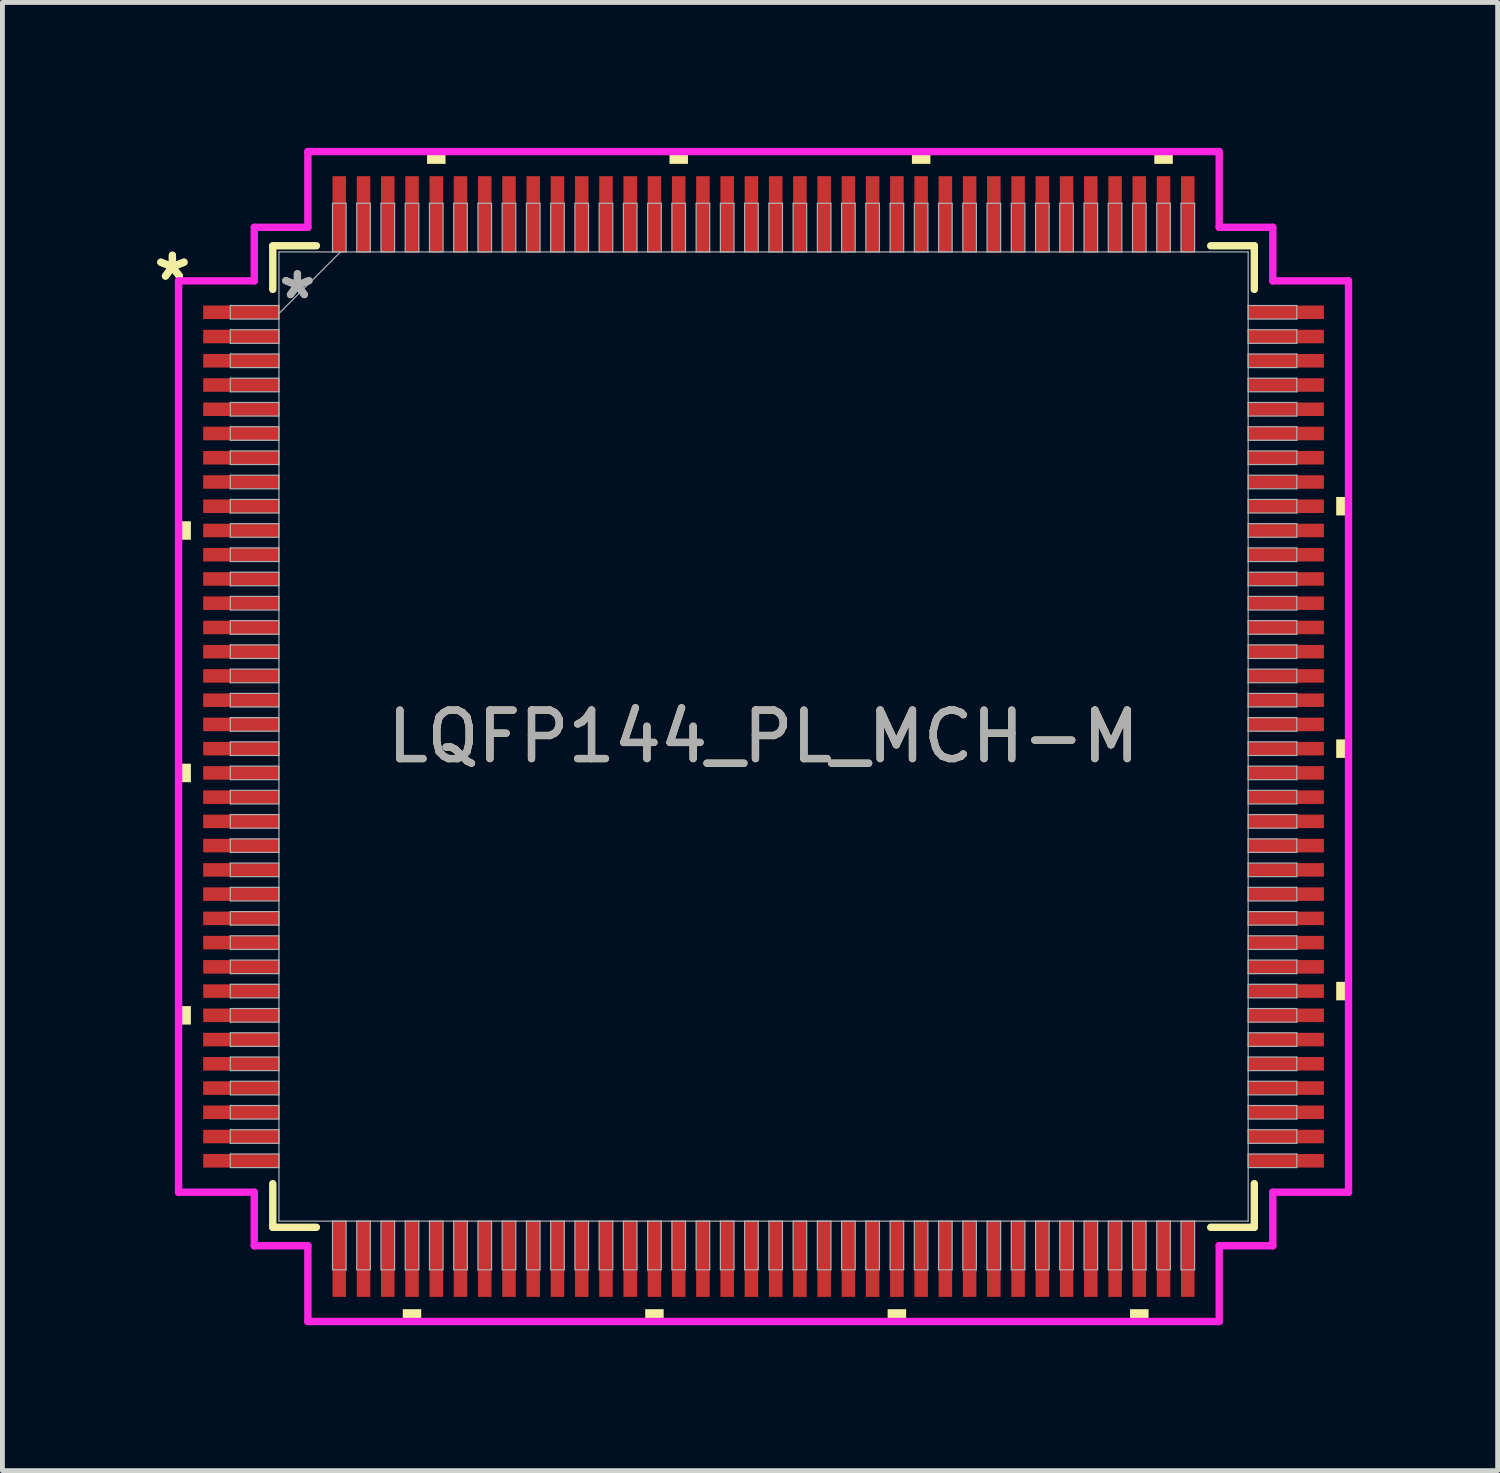
<source format=kicad_pcb>
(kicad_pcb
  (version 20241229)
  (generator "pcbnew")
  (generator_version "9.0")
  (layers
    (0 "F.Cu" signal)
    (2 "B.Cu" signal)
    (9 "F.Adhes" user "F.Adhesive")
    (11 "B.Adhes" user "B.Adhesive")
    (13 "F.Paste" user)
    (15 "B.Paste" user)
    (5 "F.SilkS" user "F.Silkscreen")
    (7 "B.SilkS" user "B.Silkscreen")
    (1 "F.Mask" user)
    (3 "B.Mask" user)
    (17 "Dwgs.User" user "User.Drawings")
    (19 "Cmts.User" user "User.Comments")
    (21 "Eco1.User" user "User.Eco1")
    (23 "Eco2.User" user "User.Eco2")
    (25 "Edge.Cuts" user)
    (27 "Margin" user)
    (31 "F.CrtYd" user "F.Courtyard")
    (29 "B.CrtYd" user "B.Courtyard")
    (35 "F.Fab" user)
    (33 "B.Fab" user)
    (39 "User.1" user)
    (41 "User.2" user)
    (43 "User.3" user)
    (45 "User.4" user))
  (footprint "LQFP144_PL_MCH-M"
    (layer "F.Cu")
    (at 12.698 12.141)
    (property "Reference" "LQFP144_PL_MCH-M" (at 0 0 0) (unlocked yes) (layer "F.SilkS") (effects (font (size 1 1) (thickness 0.15))))
    (attr smd)
    (fp_line (start -10.122 -10.122) (end -10.122 -9.222) (stroke (width 0.152) (type solid)) (layer "F.SilkS"))
    (fp_line (start -10.122 9.222) (end -10.122 10.122) (stroke (width 0.152) (type solid)) (layer "F.SilkS"))
    (fp_line (start -10.122 10.122) (end -9.222 10.122) (stroke (width 0.152) (type solid)) (layer "F.SilkS"))
    (fp_line (start -9.222 -10.122) (end -10.122 -10.122) (stroke (width 0.152) (type solid)) (layer "F.SilkS"))
    (fp_line (start 9.222 10.122) (end 10.122 10.122) (stroke (width 0.152) (type solid)) (layer "F.SilkS"))
    (fp_line (start 10.122 -10.122) (end 9.222 -10.122) (stroke (width 0.152) (type solid)) (layer "F.SilkS"))
    (fp_line (start 10.122 -9.222) (end 10.122 -10.122) (stroke (width 0.152) (type solid)) (layer "F.SilkS"))
    (fp_line (start 10.122 10.122) (end 10.122 9.222) (stroke (width 0.152) (type solid)) (layer "F.SilkS"))
    (fp_poly (pts (xy -12.065 -4.44) (xy -12.065 -4.059) (xy -11.811 -4.059) (xy -11.811 -4.44)) (stroke (width 0) (type solid)) (fill yes) (layer "F.SilkS"))
    (fp_poly (pts (xy -12.065 0.56) (xy -12.065 0.941) (xy -11.811 0.941) (xy -11.811 0.56)) (stroke (width 0) (type solid)) (fill yes) (layer "F.SilkS"))
    (fp_poly (pts (xy -12.065 5.56) (xy -12.065 5.941) (xy -11.811 5.941) (xy -11.811 5.56)) (stroke (width 0) (type solid)) (fill yes) (layer "F.SilkS"))
    (fp_poly (pts (xy -7.441 11.811) (xy -7.441 12.065) (xy -7.06 12.065) (xy -7.06 11.811)) (stroke (width 0) (type solid)) (fill yes) (layer "F.SilkS"))
    (fp_poly (pts (xy -6.94 -11.811) (xy -6.94 -12.065) (xy -6.559 -12.065) (xy -6.559 -11.811)) (stroke (width 0) (type solid)) (fill yes) (layer "F.SilkS"))
    (fp_poly (pts (xy -2.441 11.811) (xy -2.441 12.065) (xy -2.06 12.065) (xy -2.06 11.811)) (stroke (width 0) (type solid)) (fill yes) (layer "F.SilkS"))
    (fp_poly (pts (xy -1.94 -11.811) (xy -1.94 -12.065) (xy -1.559 -12.065) (xy -1.559 -11.811)) (stroke (width 0) (type solid)) (fill yes) (layer "F.SilkS"))
    (fp_poly (pts (xy 2.559 11.811) (xy 2.559 12.065) (xy 2.941 12.065) (xy 2.941 11.811)) (stroke (width 0) (type solid)) (fill yes) (layer "F.SilkS"))
    (fp_poly (pts (xy 3.06 -11.811) (xy 3.06 -12.065) (xy 3.441 -12.065) (xy 3.441 -11.811)) (stroke (width 0) (type solid)) (fill yes) (layer "F.SilkS"))
    (fp_poly (pts (xy 7.559 11.811) (xy 7.559 12.065) (xy 7.941 12.065) (xy 7.941 11.811)) (stroke (width 0) (type solid)) (fill yes) (layer "F.SilkS"))
    (fp_poly (pts (xy 8.06 -11.811) (xy 8.06 -12.065) (xy 8.441 -12.065) (xy 8.441 -11.811)) (stroke (width 0) (type solid)) (fill yes) (layer "F.SilkS"))
    (fp_poly (pts (xy 12.065 -4.941) (xy 12.065 -4.56) (xy 11.811 -4.56) (xy 11.811 -4.941)) (stroke (width 0) (type solid)) (fill yes) (layer "F.SilkS"))
    (fp_poly (pts (xy 12.065 0.059) (xy 12.065 0.441) (xy 11.811 0.441) (xy 11.811 0.059)) (stroke (width 0) (type solid)) (fill yes) (layer "F.SilkS"))
    (fp_poly (pts (xy 12.065 5.059) (xy 12.065 5.441) (xy 11.811 5.441) (xy 11.811 5.059)) (stroke (width 0) (type solid)) (fill yes) (layer "F.SilkS"))
    (fp_line (start -12.065 -9.398) (end -10.503 -9.398) (stroke (width 0.152) (type solid)) (layer "F.CrtYd"))
    (fp_line (start -12.065 9.398) (end -12.065 -9.398) (stroke (width 0.152) (type solid)) (layer "F.CrtYd"))
    (fp_line (start -10.503 -10.503) (end -9.398 -10.503) (stroke (width 0.152) (type solid)) (layer "F.CrtYd"))
    (fp_line (start -10.503 -9.398) (end -10.503 -10.503) (stroke (width 0.152) (type solid)) (layer "F.CrtYd"))
    (fp_line (start -10.503 9.398) (end -12.065 9.398) (stroke (width 0.152) (type solid)) (layer "F.CrtYd"))
    (fp_line (start -10.503 10.503) (end -10.503 9.398) (stroke (width 0.152) (type solid)) (layer "F.CrtYd"))
    (fp_line (start -10.503 10.503) (end -9.398 10.503) (stroke (width 0.152) (type solid)) (layer "F.CrtYd"))
    (fp_line (start -9.398 -12.065) (end 9.398 -12.065) (stroke (width 0.152) (type solid)) (layer "F.CrtYd"))
    (fp_line (start -9.398 -10.503) (end -9.398 -12.065) (stroke (width 0.152) (type solid)) (layer "F.CrtYd"))
    (fp_line (start -9.398 10.503) (end -9.398 12.065) (stroke (width 0.152) (type solid)) (layer "F.CrtYd"))
    (fp_line (start -9.398 12.065) (end 9.398 12.065) (stroke (width 0.152) (type solid)) (layer "F.CrtYd"))
    (fp_line (start 9.398 -12.065) (end 9.398 -10.503) (stroke (width 0.152) (type solid)) (layer "F.CrtYd"))
    (fp_line (start 9.398 -10.503) (end 10.503 -10.503) (stroke (width 0.152) (type solid)) (layer "F.CrtYd"))
    (fp_line (start 9.398 10.503) (end 10.503 10.503) (stroke (width 0.152) (type solid)) (layer "F.CrtYd"))
    (fp_line (start 9.398 12.065) (end 9.398 10.503) (stroke (width 0.152) (type solid)) (layer "F.CrtYd"))
    (fp_line (start 10.503 -9.398) (end 10.503 -10.503) (stroke (width 0.152) (type solid)) (layer "F.CrtYd"))
    (fp_line (start 10.503 9.398) (end 12.065 9.398) (stroke (width 0.152) (type solid)) (layer "F.CrtYd"))
    (fp_line (start 10.503 10.503) (end 10.503 9.398) (stroke (width 0.152) (type solid)) (layer "F.CrtYd"))
    (fp_line (start 12.065 -9.398) (end 10.503 -9.398) (stroke (width 0.152) (type solid)) (layer "F.CrtYd"))
    (fp_line (start 12.065 9.398) (end 12.065 -9.398) (stroke (width 0.152) (type solid)) (layer "F.CrtYd"))
    (fp_line (start -10.998 -8.89) (end -10.998 -8.61) (stroke (width 0.025) (type solid)) (layer "F.Fab"))
    (fp_line (start -10.998 -8.61) (end -9.995 -8.61) (stroke (width 0.025) (type solid)) (layer "F.Fab"))
    (fp_line (start -10.998 -8.39) (end -10.998 -8.11) (stroke (width 0.025) (type solid)) (layer "F.Fab"))
    (fp_line (start -10.998 -8.11) (end -9.995 -8.11) (stroke (width 0.025) (type solid)) (layer "F.Fab"))
    (fp_line (start -10.998 -7.89) (end -10.998 -7.61) (stroke (width 0.025) (type solid)) (layer "F.Fab"))
    (fp_line (start -10.998 -7.61) (end -9.995 -7.61) (stroke (width 0.025) (type solid)) (layer "F.Fab"))
    (fp_line (start -10.998 -7.39) (end -10.998 -7.11) (stroke (width 0.025) (type solid)) (layer "F.Fab"))
    (fp_line (start -10.998 -7.11) (end -9.995 -7.11) (stroke (width 0.025) (type solid)) (layer "F.Fab"))
    (fp_line (start -10.998 -6.89) (end -10.998 -6.61) (stroke (width 0.025) (type solid)) (layer "F.Fab"))
    (fp_line (start -10.998 -6.61) (end -9.995 -6.61) (stroke (width 0.025) (type solid)) (layer "F.Fab"))
    (fp_line (start -10.998 -6.39) (end -10.998 -6.11) (stroke (width 0.025) (type solid)) (layer "F.Fab"))
    (fp_line (start -10.998 -6.11) (end -9.995 -6.11) (stroke (width 0.025) (type solid)) (layer "F.Fab"))
    (fp_line (start -10.998 -5.89) (end -10.998 -5.61) (stroke (width 0.025) (type solid)) (layer "F.Fab"))
    (fp_line (start -10.998 -5.61) (end -9.995 -5.61) (stroke (width 0.025) (type solid)) (layer "F.Fab"))
    (fp_line (start -10.998 -5.39) (end -10.998 -5.11) (stroke (width 0.025) (type solid)) (layer "F.Fab"))
    (fp_line (start -10.998 -5.11) (end -9.995 -5.11) (stroke (width 0.025) (type solid)) (layer "F.Fab"))
    (fp_line (start -10.998 -4.89) (end -10.998 -4.61) (stroke (width 0.025) (type solid)) (layer "F.Fab"))
    (fp_line (start -10.998 -4.61) (end -9.995 -4.61) (stroke (width 0.025) (type solid)) (layer "F.Fab"))
    (fp_line (start -10.998 -4.39) (end -10.998 -4.11) (stroke (width 0.025) (type solid)) (layer "F.Fab"))
    (fp_line (start -10.998 -4.11) (end -9.995 -4.11) (stroke (width 0.025) (type solid)) (layer "F.Fab"))
    (fp_line (start -10.998 -3.89) (end -10.998 -3.61) (stroke (width 0.025) (type solid)) (layer "F.Fab"))
    (fp_line (start -10.998 -3.61) (end -9.995 -3.61) (stroke (width 0.025) (type solid)) (layer "F.Fab"))
    (fp_line (start -10.998 -3.39) (end -10.998 -3.11) (stroke (width 0.025) (type solid)) (layer "F.Fab"))
    (fp_line (start -10.998 -3.11) (end -9.995 -3.11) (stroke (width 0.025) (type solid)) (layer "F.Fab"))
    (fp_line (start -10.998 -2.89) (end -10.998 -2.61) (stroke (width 0.025) (type solid)) (layer "F.Fab"))
    (fp_line (start -10.998 -2.61) (end -9.995 -2.61) (stroke (width 0.025) (type solid)) (layer "F.Fab"))
    (fp_line (start -10.998 -2.39) (end -10.998 -2.11) (stroke (width 0.025) (type solid)) (layer "F.Fab"))
    (fp_line (start -10.998 -2.11) (end -9.995 -2.11) (stroke (width 0.025) (type solid)) (layer "F.Fab"))
    (fp_line (start -10.998 -1.89) (end -10.998 -1.61) (stroke (width 0.025) (type solid)) (layer "F.Fab"))
    (fp_line (start -10.998 -1.61) (end -9.995 -1.61) (stroke (width 0.025) (type solid)) (layer "F.Fab"))
    (fp_line (start -10.998 -1.39) (end -10.998 -1.11) (stroke (width 0.025) (type solid)) (layer "F.Fab"))
    (fp_line (start -10.998 -1.11) (end -9.995 -1.11) (stroke (width 0.025) (type solid)) (layer "F.Fab"))
    (fp_line (start -10.998 -0.89) (end -10.998 -0.61) (stroke (width 0.025) (type solid)) (layer "F.Fab"))
    (fp_line (start -10.998 -0.61) (end -9.995 -0.61) (stroke (width 0.025) (type solid)) (layer "F.Fab"))
    (fp_line (start -10.998 -0.39) (end -10.998 -0.11) (stroke (width 0.025) (type solid)) (layer "F.Fab"))
    (fp_line (start -10.998 -0.11) (end -9.995 -0.11) (stroke (width 0.025) (type solid)) (layer "F.Fab"))
    (fp_line (start -10.998 0.11) (end -10.998 0.39) (stroke (width 0.025) (type solid)) (layer "F.Fab"))
    (fp_line (start -10.998 0.39) (end -9.995 0.39) (stroke (width 0.025) (type solid)) (layer "F.Fab"))
    (fp_line (start -10.998 0.61) (end -10.998 0.89) (stroke (width 0.025) (type solid)) (layer "F.Fab"))
    (fp_line (start -10.998 0.89) (end -9.995 0.89) (stroke (width 0.025) (type solid)) (layer "F.Fab"))
    (fp_line (start -10.998 1.11) (end -10.998 1.39) (stroke (width 0.025) (type solid)) (layer "F.Fab"))
    (fp_line (start -10.998 1.39) (end -9.995 1.39) (stroke (width 0.025) (type solid)) (layer "F.Fab"))
    (fp_line (start -10.998 1.61) (end -10.998 1.89) (stroke (width 0.025) (type solid)) (layer "F.Fab"))
    (fp_line (start -10.998 1.89) (end -9.995 1.89) (stroke (width 0.025) (type solid)) (layer "F.Fab"))
    (fp_line (start -10.998 2.11) (end -10.998 2.39) (stroke (width 0.025) (type solid)) (layer "F.Fab"))
    (fp_line (start -10.998 2.39) (end -9.995 2.39) (stroke (width 0.025) (type solid)) (layer "F.Fab"))
    (fp_line (start -10.998 2.61) (end -10.998 2.89) (stroke (width 0.025) (type solid)) (layer "F.Fab"))
    (fp_line (start -10.998 2.89) (end -9.995 2.89) (stroke (width 0.025) (type solid)) (layer "F.Fab"))
    (fp_line (start -10.998 3.11) (end -10.998 3.39) (stroke (width 0.025) (type solid)) (layer "F.Fab"))
    (fp_line (start -10.998 3.39) (end -9.995 3.39) (stroke (width 0.025) (type solid)) (layer "F.Fab"))
    (fp_line (start -10.998 3.61) (end -10.998 3.89) (stroke (width 0.025) (type solid)) (layer "F.Fab"))
    (fp_line (start -10.998 3.89) (end -9.995 3.89) (stroke (width 0.025) (type solid)) (layer "F.Fab"))
    (fp_line (start -10.998 4.11) (end -10.998 4.39) (stroke (width 0.025) (type solid)) (layer "F.Fab"))
    (fp_line (start -10.998 4.39) (end -9.995 4.39) (stroke (width 0.025) (type solid)) (layer "F.Fab"))
    (fp_line (start -10.998 4.61) (end -10.998 4.89) (stroke (width 0.025) (type solid)) (layer "F.Fab"))
    (fp_line (start -10.998 4.89) (end -9.995 4.89) (stroke (width 0.025) (type solid)) (layer "F.Fab"))
    (fp_line (start -10.998 5.11) (end -10.998 5.39) (stroke (width 0.025) (type solid)) (layer "F.Fab"))
    (fp_line (start -10.998 5.39) (end -9.995 5.39) (stroke (width 0.025) (type solid)) (layer "F.Fab"))
    (fp_line (start -10.998 5.61) (end -10.998 5.89) (stroke (width 0.025) (type solid)) (layer "F.Fab"))
    (fp_line (start -10.998 5.89) (end -9.995 5.89) (stroke (width 0.025) (type solid)) (layer "F.Fab"))
    (fp_line (start -10.998 6.11) (end -10.998 6.39) (stroke (width 0.025) (type solid)) (layer "F.Fab"))
    (fp_line (start -10.998 6.39) (end -9.995 6.39) (stroke (width 0.025) (type solid)) (layer "F.Fab"))
    (fp_line (start -10.998 6.61) (end -10.998 6.89) (stroke (width 0.025) (type solid)) (layer "F.Fab"))
    (fp_line (start -10.998 6.89) (end -9.995 6.89) (stroke (width 0.025) (type solid)) (layer "F.Fab"))
    (fp_line (start -10.998 7.11) (end -10.998 7.39) (stroke (width 0.025) (type solid)) (layer "F.Fab"))
    (fp_line (start -10.998 7.39) (end -9.995 7.39) (stroke (width 0.025) (type solid)) (layer "F.Fab"))
    (fp_line (start -10.998 7.61) (end -10.998 7.89) (stroke (width 0.025) (type solid)) (layer "F.Fab"))
    (fp_line (start -10.998 7.89) (end -9.995 7.89) (stroke (width 0.025) (type solid)) (layer "F.Fab"))
    (fp_line (start -10.998 8.11) (end -10.998 8.39) (stroke (width 0.025) (type solid)) (layer "F.Fab"))
    (fp_line (start -10.998 8.39) (end -9.995 8.39) (stroke (width 0.025) (type solid)) (layer "F.Fab"))
    (fp_line (start -10.998 8.61) (end -10.998 8.89) (stroke (width 0.025) (type solid)) (layer "F.Fab"))
    (fp_line (start -10.998 8.89) (end -9.995 8.89) (stroke (width 0.025) (type solid)) (layer "F.Fab"))
    (fp_line (start -9.995 -9.995) (end -9.995 9.995) (stroke (width 0.025) (type solid)) (layer "F.Fab"))
    (fp_line (start -9.995 -8.89) (end -10.998 -8.89) (stroke (width 0.025) (type solid)) (layer "F.Fab"))
    (fp_line (start -9.995 -8.725) (end -8.725 -9.995) (stroke (width 0.025) (type solid)) (layer "F.Fab"))
    (fp_line (start -9.995 -8.61) (end -9.995 -8.89) (stroke (width 0.025) (type solid)) (layer "F.Fab"))
    (fp_line (start -9.995 -8.39) (end -10.998 -8.39) (stroke (width 0.025) (type solid)) (layer "F.Fab"))
    (fp_line (start -9.995 -8.11) (end -9.995 -8.39) (stroke (width 0.025) (type solid)) (layer "F.Fab"))
    (fp_line (start -9.995 -7.89) (end -10.998 -7.89) (stroke (width 0.025) (type solid)) (layer "F.Fab"))
    (fp_line (start -9.995 -7.61) (end -9.995 -7.89) (stroke (width 0.025) (type solid)) (layer "F.Fab"))
    (fp_line (start -9.995 -7.39) (end -10.998 -7.39) (stroke (width 0.025) (type solid)) (layer "F.Fab"))
    (fp_line (start -9.995 -7.11) (end -9.995 -7.39) (stroke (width 0.025) (type solid)) (layer "F.Fab"))
    (fp_line (start -9.995 -6.89) (end -10.998 -6.89) (stroke (width 0.025) (type solid)) (layer "F.Fab"))
    (fp_line (start -9.995 -6.61) (end -9.995 -6.89) (stroke (width 0.025) (type solid)) (layer "F.Fab"))
    (fp_line (start -9.995 -6.39) (end -10.998 -6.39) (stroke (width 0.025) (type solid)) (layer "F.Fab"))
    (fp_line (start -9.995 -6.11) (end -9.995 -6.39) (stroke (width 0.025) (type solid)) (layer "F.Fab"))
    (fp_line (start -9.995 -5.89) (end -10.998 -5.89) (stroke (width 0.025) (type solid)) (layer "F.Fab"))
    (fp_line (start -9.995 -5.61) (end -9.995 -5.89) (stroke (width 0.025) (type solid)) (layer "F.Fab"))
    (fp_line (start -9.995 -5.39) (end -10.998 -5.39) (stroke (width 0.025) (type solid)) (layer "F.Fab"))
    (fp_line (start -9.995 -5.11) (end -9.995 -5.39) (stroke (width 0.025) (type solid)) (layer "F.Fab"))
    (fp_line (start -9.995 -4.89) (end -10.998 -4.89) (stroke (width 0.025) (type solid)) (layer "F.Fab"))
    (fp_line (start -9.995 -4.61) (end -9.995 -4.89) (stroke (width 0.025) (type solid)) (layer "F.Fab"))
    (fp_line (start -9.995 -4.39) (end -10.998 -4.39) (stroke (width 0.025) (type solid)) (layer "F.Fab"))
    (fp_line (start -9.995 -4.11) (end -9.995 -4.39) (stroke (width 0.025) (type solid)) (layer "F.Fab"))
    (fp_line (start -9.995 -3.89) (end -10.998 -3.89) (stroke (width 0.025) (type solid)) (layer "F.Fab"))
    (fp_line (start -9.995 -3.61) (end -9.995 -3.89) (stroke (width 0.025) (type solid)) (layer "F.Fab"))
    (fp_line (start -9.995 -3.39) (end -10.998 -3.39) (stroke (width 0.025) (type solid)) (layer "F.Fab"))
    (fp_line (start -9.995 -3.11) (end -9.995 -3.39) (stroke (width 0.025) (type solid)) (layer "F.Fab"))
    (fp_line (start -9.995 -2.89) (end -10.998 -2.89) (stroke (width 0.025) (type solid)) (layer "F.Fab"))
    (fp_line (start -9.995 -2.61) (end -9.995 -2.89) (stroke (width 0.025) (type solid)) (layer "F.Fab"))
    (fp_line (start -9.995 -2.39) (end -10.998 -2.39) (stroke (width 0.025) (type solid)) (layer "F.Fab"))
    (fp_line (start -9.995 -2.11) (end -9.995 -2.39) (stroke (width 0.025) (type solid)) (layer "F.Fab"))
    (fp_line (start -9.995 -1.89) (end -10.998 -1.89) (stroke (width 0.025) (type solid)) (layer "F.Fab"))
    (fp_line (start -9.995 -1.61) (end -9.995 -1.89) (stroke (width 0.025) (type solid)) (layer "F.Fab"))
    (fp_line (start -9.995 -1.39) (end -10.998 -1.39) (stroke (width 0.025) (type solid)) (layer "F.Fab"))
    (fp_line (start -9.995 -1.11) (end -9.995 -1.39) (stroke (width 0.025) (type solid)) (layer "F.Fab"))
    (fp_line (start -9.995 -0.89) (end -10.998 -0.89) (stroke (width 0.025) (type solid)) (layer "F.Fab"))
    (fp_line (start -9.995 -0.61) (end -9.995 -0.89) (stroke (width 0.025) (type solid)) (layer "F.Fab"))
    (fp_line (start -9.995 -0.39) (end -10.998 -0.39) (stroke (width 0.025) (type solid)) (layer "F.Fab"))
    (fp_line (start -9.995 -0.11) (end -9.995 -0.39) (stroke (width 0.025) (type solid)) (layer "F.Fab"))
    (fp_line (start -9.995 0.11) (end -10.998 0.11) (stroke (width 0.025) (type solid)) (layer "F.Fab"))
    (fp_line (start -9.995 0.39) (end -9.995 0.11) (stroke (width 0.025) (type solid)) (layer "F.Fab"))
    (fp_line (start -9.995 0.61) (end -10.998 0.61) (stroke (width 0.025) (type solid)) (layer "F.Fab"))
    (fp_line (start -9.995 0.89) (end -9.995 0.61) (stroke (width 0.025) (type solid)) (layer "F.Fab"))
    (fp_line (start -9.995 1.11) (end -10.998 1.11) (stroke (width 0.025) (type solid)) (layer "F.Fab"))
    (fp_line (start -9.995 1.39) (end -9.995 1.11) (stroke (width 0.025) (type solid)) (layer "F.Fab"))
    (fp_line (start -9.995 1.61) (end -10.998 1.61) (stroke (width 0.025) (type solid)) (layer "F.Fab"))
    (fp_line (start -9.995 1.89) (end -9.995 1.61) (stroke (width 0.025) (type solid)) (layer "F.Fab"))
    (fp_line (start -9.995 2.11) (end -10.998 2.11) (stroke (width 0.025) (type solid)) (layer "F.Fab"))
    (fp_line (start -9.995 2.39) (end -9.995 2.11) (stroke (width 0.025) (type solid)) (layer "F.Fab"))
    (fp_line (start -9.995 2.61) (end -10.998 2.61) (stroke (width 0.025) (type solid)) (layer "F.Fab"))
    (fp_line (start -9.995 2.89) (end -9.995 2.61) (stroke (width 0.025) (type solid)) (layer "F.Fab"))
    (fp_line (start -9.995 3.11) (end -10.998 3.11) (stroke (width 0.025) (type solid)) (layer "F.Fab"))
    (fp_line (start -9.995 3.39) (end -9.995 3.11) (stroke (width 0.025) (type solid)) (layer "F.Fab"))
    (fp_line (start -9.995 3.61) (end -10.998 3.61) (stroke (width 0.025) (type solid)) (layer "F.Fab"))
    (fp_line (start -9.995 3.89) (end -9.995 3.61) (stroke (width 0.025) (type solid)) (layer "F.Fab"))
    (fp_line (start -9.995 4.11) (end -10.998 4.11) (stroke (width 0.025) (type solid)) (layer "F.Fab"))
    (fp_line (start -9.995 4.39) (end -9.995 4.11) (stroke (width 0.025) (type solid)) (layer "F.Fab"))
    (fp_line (start -9.995 4.61) (end -10.998 4.61) (stroke (width 0.025) (type solid)) (layer "F.Fab"))
    (fp_line (start -9.995 4.89) (end -9.995 4.61) (stroke (width 0.025) (type solid)) (layer "F.Fab"))
    (fp_line (start -9.995 5.11) (end -10.998 5.11) (stroke (width 0.025) (type solid)) (layer "F.Fab"))
    (fp_line (start -9.995 5.39) (end -9.995 5.11) (stroke (width 0.025) (type solid)) (layer "F.Fab"))
    (fp_line (start -9.995 5.61) (end -10.998 5.61) (stroke (width 0.025) (type solid)) (layer "F.Fab"))
    (fp_line (start -9.995 5.89) (end -9.995 5.61) (stroke (width 0.025) (type solid)) (layer "F.Fab"))
    (fp_line (start -9.995 6.11) (end -10.998 6.11) (stroke (width 0.025) (type solid)) (layer "F.Fab"))
    (fp_line (start -9.995 6.39) (end -9.995 6.11) (stroke (width 0.025) (type solid)) (layer "F.Fab"))
    (fp_line (start -9.995 6.61) (end -10.998 6.61) (stroke (width 0.025) (type solid)) (layer "F.Fab"))
    (fp_line (start -9.995 6.89) (end -9.995 6.61) (stroke (width 0.025) (type solid)) (layer "F.Fab"))
    (fp_line (start -9.995 7.11) (end -10.998 7.11) (stroke (width 0.025) (type solid)) (layer "F.Fab"))
    (fp_line (start -9.995 7.39) (end -9.995 7.11) (stroke (width 0.025) (type solid)) (layer "F.Fab"))
    (fp_line (start -9.995 7.61) (end -10.998 7.61) (stroke (width 0.025) (type solid)) (layer "F.Fab"))
    (fp_line (start -9.995 7.89) (end -9.995 7.61) (stroke (width 0.025) (type solid)) (layer "F.Fab"))
    (fp_line (start -9.995 8.11) (end -10.998 8.11) (stroke (width 0.025) (type solid)) (layer "F.Fab"))
    (fp_line (start -9.995 8.39) (end -9.995 8.11) (stroke (width 0.025) (type solid)) (layer "F.Fab"))
    (fp_line (start -9.995 8.61) (end -10.998 8.61) (stroke (width 0.025) (type solid)) (layer "F.Fab"))
    (fp_line (start -9.995 8.89) (end -9.995 8.61) (stroke (width 0.025) (type solid)) (layer "F.Fab"))
    (fp_line (start -9.995 9.995) (end 9.995 9.995) (stroke (width 0.025) (type solid)) (layer "F.Fab"))
    (fp_line (start -8.89 -10.998) (end -8.89 -9.995) (stroke (width 0.025) (type solid)) (layer "F.Fab"))
    (fp_line (start -8.89 -9.995) (end -8.61 -9.995) (stroke (width 0.025) (type solid)) (layer "F.Fab"))
    (fp_line (start -8.89 9.995) (end -8.89 10.998) (stroke (width 0.025) (type solid)) (layer "F.Fab"))
    (fp_line (start -8.89 10.998) (end -8.61 10.998) (stroke (width 0.025) (type solid)) (layer "F.Fab"))
    (fp_line (start -8.61 -10.998) (end -8.89 -10.998) (stroke (width 0.025) (type solid)) (layer "F.Fab"))
    (fp_line (start -8.61 -9.995) (end -8.61 -10.998) (stroke (width 0.025) (type solid)) (layer "F.Fab"))
    (fp_line (start -8.61 9.995) (end -8.89 9.995) (stroke (width 0.025) (type solid)) (layer "F.Fab"))
    (fp_line (start -8.61 10.998) (end -8.61 9.995) (stroke (width 0.025) (type solid)) (layer "F.Fab"))
    (fp_line (start -8.39 -10.998) (end -8.39 -9.995) (stroke (width 0.025) (type solid)) (layer "F.Fab"))
    (fp_line (start -8.39 -9.995) (end -8.11 -9.995) (stroke (width 0.025) (type solid)) (layer "F.Fab"))
    (fp_line (start -8.39 9.995) (end -8.39 10.998) (stroke (width 0.025) (type solid)) (layer "F.Fab"))
    (fp_line (start -8.39 10.998) (end -8.11 10.998) (stroke (width 0.025) (type solid)) (layer "F.Fab"))
    (fp_line (start -8.11 -10.998) (end -8.39 -10.998) (stroke (width 0.025) (type solid)) (layer "F.Fab"))
    (fp_line (start -8.11 -9.995) (end -8.11 -10.998) (stroke (width 0.025) (type solid)) (layer "F.Fab"))
    (fp_line (start -8.11 9.995) (end -8.39 9.995) (stroke (width 0.025) (type solid)) (layer "F.Fab"))
    (fp_line (start -8.11 10.998) (end -8.11 9.995) (stroke (width 0.025) (type solid)) (layer "F.Fab"))
    (fp_line (start -7.89 -10.998) (end -7.89 -9.995) (stroke (width 0.025) (type solid)) (layer "F.Fab"))
    (fp_line (start -7.89 -9.995) (end -7.61 -9.995) (stroke (width 0.025) (type solid)) (layer "F.Fab"))
    (fp_line (start -7.89 9.995) (end -7.89 10.998) (stroke (width 0.025) (type solid)) (layer "F.Fab"))
    (fp_line (start -7.89 10.998) (end -7.61 10.998) (stroke (width 0.025) (type solid)) (layer "F.Fab"))
    (fp_line (start -7.61 -10.998) (end -7.89 -10.998) (stroke (width 0.025) (type solid)) (layer "F.Fab"))
    (fp_line (start -7.61 -9.995) (end -7.61 -10.998) (stroke (width 0.025) (type solid)) (layer "F.Fab"))
    (fp_line (start -7.61 9.995) (end -7.89 9.995) (stroke (width 0.025) (type solid)) (layer "F.Fab"))
    (fp_line (start -7.61 10.998) (end -7.61 9.995) (stroke (width 0.025) (type solid)) (layer "F.Fab"))
    (fp_line (start -7.39 -10.998) (end -7.39 -9.995) (stroke (width 0.025) (type solid)) (layer "F.Fab"))
    (fp_line (start -7.39 -9.995) (end -7.11 -9.995) (stroke (width 0.025) (type solid)) (layer "F.Fab"))
    (fp_line (start -7.39 9.995) (end -7.39 10.998) (stroke (width 0.025) (type solid)) (layer "F.Fab"))
    (fp_line (start -7.39 10.998) (end -7.11 10.998) (stroke (width 0.025) (type solid)) (layer "F.Fab"))
    (fp_line (start -7.11 -10.998) (end -7.39 -10.998) (stroke (width 0.025) (type solid)) (layer "F.Fab"))
    (fp_line (start -7.11 -9.995) (end -7.11 -10.998) (stroke (width 0.025) (type solid)) (layer "F.Fab"))
    (fp_line (start -7.11 9.995) (end -7.39 9.995) (stroke (width 0.025) (type solid)) (layer "F.Fab"))
    (fp_line (start -7.11 10.998) (end -7.11 9.995) (stroke (width 0.025) (type solid)) (layer "F.Fab"))
    (fp_line (start -6.89 -10.998) (end -6.89 -9.995) (stroke (width 0.025) (type solid)) (layer "F.Fab"))
    (fp_line (start -6.89 -9.995) (end -6.61 -9.995) (stroke (width 0.025) (type solid)) (layer "F.Fab"))
    (fp_line (start -6.89 9.995) (end -6.89 10.998) (stroke (width 0.025) (type solid)) (layer "F.Fab"))
    (fp_line (start -6.89 10.998) (end -6.61 10.998) (stroke (width 0.025) (type solid)) (layer "F.Fab"))
    (fp_line (start -6.61 -10.998) (end -6.89 -10.998) (stroke (width 0.025) (type solid)) (layer "F.Fab"))
    (fp_line (start -6.61 -9.995) (end -6.61 -10.998) (stroke (width 0.025) (type solid)) (layer "F.Fab"))
    (fp_line (start -6.61 9.995) (end -6.89 9.995) (stroke (width 0.025) (type solid)) (layer "F.Fab"))
    (fp_line (start -6.61 10.998) (end -6.61 9.995) (stroke (width 0.025) (type solid)) (layer "F.Fab"))
    (fp_line (start -6.39 -10.998) (end -6.39 -9.995) (stroke (width 0.025) (type solid)) (layer "F.Fab"))
    (fp_line (start -6.39 -9.995) (end -6.11 -9.995) (stroke (width 0.025) (type solid)) (layer "F.Fab"))
    (fp_line (start -6.39 9.995) (end -6.39 10.998) (stroke (width 0.025) (type solid)) (layer "F.Fab"))
    (fp_line (start -6.39 10.998) (end -6.11 10.998) (stroke (width 0.025) (type solid)) (layer "F.Fab"))
    (fp_line (start -6.11 -10.998) (end -6.39 -10.998) (stroke (width 0.025) (type solid)) (layer "F.Fab"))
    (fp_line (start -6.11 -9.995) (end -6.11 -10.998) (stroke (width 0.025) (type solid)) (layer "F.Fab"))
    (fp_line (start -6.11 9.995) (end -6.39 9.995) (stroke (width 0.025) (type solid)) (layer "F.Fab"))
    (fp_line (start -6.11 10.998) (end -6.11 9.995) (stroke (width 0.025) (type solid)) (layer "F.Fab"))
    (fp_line (start -5.89 -10.998) (end -5.89 -9.995) (stroke (width 0.025) (type solid)) (layer "F.Fab"))
    (fp_line (start -5.89 -9.995) (end -5.61 -9.995) (stroke (width 0.025) (type solid)) (layer "F.Fab"))
    (fp_line (start -5.89 9.995) (end -5.89 10.998) (stroke (width 0.025) (type solid)) (layer "F.Fab"))
    (fp_line (start -5.89 10.998) (end -5.61 10.998) (stroke (width 0.025) (type solid)) (layer "F.Fab"))
    (fp_line (start -5.61 -10.998) (end -5.89 -10.998) (stroke (width 0.025) (type solid)) (layer "F.Fab"))
    (fp_line (start -5.61 -9.995) (end -5.61 -10.998) (stroke (width 0.025) (type solid)) (layer "F.Fab"))
    (fp_line (start -5.61 9.995) (end -5.89 9.995) (stroke (width 0.025) (type solid)) (layer "F.Fab"))
    (fp_line (start -5.61 10.998) (end -5.61 9.995) (stroke (width 0.025) (type solid)) (layer "F.Fab"))
    (fp_line (start -5.39 -10.998) (end -5.39 -9.995) (stroke (width 0.025) (type solid)) (layer "F.Fab"))
    (fp_line (start -5.39 -9.995) (end -5.11 -9.995) (stroke (width 0.025) (type solid)) (layer "F.Fab"))
    (fp_line (start -5.39 9.995) (end -5.39 10.998) (stroke (width 0.025) (type solid)) (layer "F.Fab"))
    (fp_line (start -5.39 10.998) (end -5.11 10.998) (stroke (width 0.025) (type solid)) (layer "F.Fab"))
    (fp_line (start -5.11 -10.998) (end -5.39 -10.998) (stroke (width 0.025) (type solid)) (layer "F.Fab"))
    (fp_line (start -5.11 -9.995) (end -5.11 -10.998) (stroke (width 0.025) (type solid)) (layer "F.Fab"))
    (fp_line (start -5.11 9.995) (end -5.39 9.995) (stroke (width 0.025) (type solid)) (layer "F.Fab"))
    (fp_line (start -5.11 10.998) (end -5.11 9.995) (stroke (width 0.025) (type solid)) (layer "F.Fab"))
    (fp_line (start -4.89 -10.998) (end -4.89 -9.995) (stroke (width 0.025) (type solid)) (layer "F.Fab"))
    (fp_line (start -4.89 -9.995) (end -4.61 -9.995) (stroke (width 0.025) (type solid)) (layer "F.Fab"))
    (fp_line (start -4.89 9.995) (end -4.89 10.998) (stroke (width 0.025) (type solid)) (layer "F.Fab"))
    (fp_line (start -4.89 10.998) (end -4.61 10.998) (stroke (width 0.025) (type solid)) (layer "F.Fab"))
    (fp_line (start -4.61 -10.998) (end -4.89 -10.998) (stroke (width 0.025) (type solid)) (layer "F.Fab"))
    (fp_line (start -4.61 -9.995) (end -4.61 -10.998) (stroke (width 0.025) (type solid)) (layer "F.Fab"))
    (fp_line (start -4.61 9.995) (end -4.89 9.995) (stroke (width 0.025) (type solid)) (layer "F.Fab"))
    (fp_line (start -4.61 10.998) (end -4.61 9.995) (stroke (width 0.025) (type solid)) (layer "F.Fab"))
    (fp_line (start -4.39 -10.998) (end -4.39 -9.995) (stroke (width 0.025) (type solid)) (layer "F.Fab"))
    (fp_line (start -4.39 -9.995) (end -4.11 -9.995) (stroke (width 0.025) (type solid)) (layer "F.Fab"))
    (fp_line (start -4.39 9.995) (end -4.39 10.998) (stroke (width 0.025) (type solid)) (layer "F.Fab"))
    (fp_line (start -4.39 10.998) (end -4.11 10.998) (stroke (width 0.025) (type solid)) (layer "F.Fab"))
    (fp_line (start -4.11 -10.998) (end -4.39 -10.998) (stroke (width 0.025) (type solid)) (layer "F.Fab"))
    (fp_line (start -4.11 -9.995) (end -4.11 -10.998) (stroke (width 0.025) (type solid)) (layer "F.Fab"))
    (fp_line (start -4.11 9.995) (end -4.39 9.995) (stroke (width 0.025) (type solid)) (layer "F.Fab"))
    (fp_line (start -4.11 10.998) (end -4.11 9.995) (stroke (width 0.025) (type solid)) (layer "F.Fab"))
    (fp_line (start -3.89 -10.998) (end -3.89 -9.995) (stroke (width 0.025) (type solid)) (layer "F.Fab"))
    (fp_line (start -3.89 -9.995) (end -3.61 -9.995) (stroke (width 0.025) (type solid)) (layer "F.Fab"))
    (fp_line (start -3.89 9.995) (end -3.89 10.998) (stroke (width 0.025) (type solid)) (layer "F.Fab"))
    (fp_line (start -3.89 10.998) (end -3.61 10.998) (stroke (width 0.025) (type solid)) (layer "F.Fab"))
    (fp_line (start -3.61 -10.998) (end -3.89 -10.998) (stroke (width 0.025) (type solid)) (layer "F.Fab"))
    (fp_line (start -3.61 -9.995) (end -3.61 -10.998) (stroke (width 0.025) (type solid)) (layer "F.Fab"))
    (fp_line (start -3.61 9.995) (end -3.89 9.995) (stroke (width 0.025) (type solid)) (layer "F.Fab"))
    (fp_line (start -3.61 10.998) (end -3.61 9.995) (stroke (width 0.025) (type solid)) (layer "F.Fab"))
    (fp_line (start -3.39 -10.998) (end -3.39 -9.995) (stroke (width 0.025) (type solid)) (layer "F.Fab"))
    (fp_line (start -3.39 -9.995) (end -3.11 -9.995) (stroke (width 0.025) (type solid)) (layer "F.Fab"))
    (fp_line (start -3.39 9.995) (end -3.39 10.998) (stroke (width 0.025) (type solid)) (layer "F.Fab"))
    (fp_line (start -3.39 10.998) (end -3.11 10.998) (stroke (width 0.025) (type solid)) (layer "F.Fab"))
    (fp_line (start -3.11 -10.998) (end -3.39 -10.998) (stroke (width 0.025) (type solid)) (layer "F.Fab"))
    (fp_line (start -3.11 -9.995) (end -3.11 -10.998) (stroke (width 0.025) (type solid)) (layer "F.Fab"))
    (fp_line (start -3.11 9.995) (end -3.39 9.995) (stroke (width 0.025) (type solid)) (layer "F.Fab"))
    (fp_line (start -3.11 10.998) (end -3.11 9.995) (stroke (width 0.025) (type solid)) (layer "F.Fab"))
    (fp_line (start -2.89 -10.998) (end -2.89 -9.995) (stroke (width 0.025) (type solid)) (layer "F.Fab"))
    (fp_line (start -2.89 -9.995) (end -2.61 -9.995) (stroke (width 0.025) (type solid)) (layer "F.Fab"))
    (fp_line (start -2.89 9.995) (end -2.89 10.998) (stroke (width 0.025) (type solid)) (layer "F.Fab"))
    (fp_line (start -2.89 10.998) (end -2.61 10.998) (stroke (width 0.025) (type solid)) (layer "F.Fab"))
    (fp_line (start -2.61 -10.998) (end -2.89 -10.998) (stroke (width 0.025) (type solid)) (layer "F.Fab"))
    (fp_line (start -2.61 -9.995) (end -2.61 -10.998) (stroke (width 0.025) (type solid)) (layer "F.Fab"))
    (fp_line (start -2.61 9.995) (end -2.89 9.995) (stroke (width 0.025) (type solid)) (layer "F.Fab"))
    (fp_line (start -2.61 10.998) (end -2.61 9.995) (stroke (width 0.025) (type solid)) (layer "F.Fab"))
    (fp_line (start -2.39 -10.998) (end -2.39 -9.995) (stroke (width 0.025) (type solid)) (layer "F.Fab"))
    (fp_line (start -2.39 -9.995) (end -2.11 -9.995) (stroke (width 0.025) (type solid)) (layer "F.Fab"))
    (fp_line (start -2.39 9.995) (end -2.39 10.998) (stroke (width 0.025) (type solid)) (layer "F.Fab"))
    (fp_line (start -2.39 10.998) (end -2.11 10.998) (stroke (width 0.025) (type solid)) (layer "F.Fab"))
    (fp_line (start -2.11 -10.998) (end -2.39 -10.998) (stroke (width 0.025) (type solid)) (layer "F.Fab"))
    (fp_line (start -2.11 -9.995) (end -2.11 -10.998) (stroke (width 0.025) (type solid)) (layer "F.Fab"))
    (fp_line (start -2.11 9.995) (end -2.39 9.995) (stroke (width 0.025) (type solid)) (layer "F.Fab"))
    (fp_line (start -2.11 10.998) (end -2.11 9.995) (stroke (width 0.025) (type solid)) (layer "F.Fab"))
    (fp_line (start -1.89 -10.998) (end -1.89 -9.995) (stroke (width 0.025) (type solid)) (layer "F.Fab"))
    (fp_line (start -1.89 -9.995) (end -1.61 -9.995) (stroke (width 0.025) (type solid)) (layer "F.Fab"))
    (fp_line (start -1.89 9.995) (end -1.89 10.998) (stroke (width 0.025) (type solid)) (layer "F.Fab"))
    (fp_line (start -1.89 10.998) (end -1.61 10.998) (stroke (width 0.025) (type solid)) (layer "F.Fab"))
    (fp_line (start -1.61 -10.998) (end -1.89 -10.998) (stroke (width 0.025) (type solid)) (layer "F.Fab"))
    (fp_line (start -1.61 -9.995) (end -1.61 -10.998) (stroke (width 0.025) (type solid)) (layer "F.Fab"))
    (fp_line (start -1.61 9.995) (end -1.89 9.995) (stroke (width 0.025) (type solid)) (layer "F.Fab"))
    (fp_line (start -1.61 10.998) (end -1.61 9.995) (stroke (width 0.025) (type solid)) (layer "F.Fab"))
    (fp_line (start -1.39 -10.998) (end -1.39 -9.995) (stroke (width 0.025) (type solid)) (layer "F.Fab"))
    (fp_line (start -1.39 -9.995) (end -1.11 -9.995) (stroke (width 0.025) (type solid)) (layer "F.Fab"))
    (fp_line (start -1.39 9.995) (end -1.39 10.998) (stroke (width 0.025) (type solid)) (layer "F.Fab"))
    (fp_line (start -1.39 10.998) (end -1.11 10.998) (stroke (width 0.025) (type solid)) (layer "F.Fab"))
    (fp_line (start -1.11 -10.998) (end -1.39 -10.998) (stroke (width 0.025) (type solid)) (layer "F.Fab"))
    (fp_line (start -1.11 -9.995) (end -1.11 -10.998) (stroke (width 0.025) (type solid)) (layer "F.Fab"))
    (fp_line (start -1.11 9.995) (end -1.39 9.995) (stroke (width 0.025) (type solid)) (layer "F.Fab"))
    (fp_line (start -1.11 10.998) (end -1.11 9.995) (stroke (width 0.025) (type solid)) (layer "F.Fab"))
    (fp_line (start -0.89 -10.998) (end -0.89 -9.995) (stroke (width 0.025) (type solid)) (layer "F.Fab"))
    (fp_line (start -0.89 -9.995) (end -0.61 -9.995) (stroke (width 0.025) (type solid)) (layer "F.Fab"))
    (fp_line (start -0.89 9.995) (end -0.89 10.998) (stroke (width 0.025) (type solid)) (layer "F.Fab"))
    (fp_line (start -0.89 10.998) (end -0.61 10.998) (stroke (width 0.025) (type solid)) (layer "F.Fab"))
    (fp_line (start -0.61 -10.998) (end -0.89 -10.998) (stroke (width 0.025) (type solid)) (layer "F.Fab"))
    (fp_line (start -0.61 -9.995) (end -0.61 -10.998) (stroke (width 0.025) (type solid)) (layer "F.Fab"))
    (fp_line (start -0.61 9.995) (end -0.89 9.995) (stroke (width 0.025) (type solid)) (layer "F.Fab"))
    (fp_line (start -0.61 10.998) (end -0.61 9.995) (stroke (width 0.025) (type solid)) (layer "F.Fab"))
    (fp_line (start -0.39 -10.998) (end -0.39 -9.995) (stroke (width 0.025) (type solid)) (layer "F.Fab"))
    (fp_line (start -0.39 -9.995) (end -0.11 -9.995) (stroke (width 0.025) (type solid)) (layer "F.Fab"))
    (fp_line (start -0.39 9.995) (end -0.39 10.998) (stroke (width 0.025) (type solid)) (layer "F.Fab"))
    (fp_line (start -0.39 10.998) (end -0.11 10.998) (stroke (width 0.025) (type solid)) (layer "F.Fab"))
    (fp_line (start -0.11 -10.998) (end -0.39 -10.998) (stroke (width 0.025) (type solid)) (layer "F.Fab"))
    (fp_line (start -0.11 -9.995) (end -0.11 -10.998) (stroke (width 0.025) (type solid)) (layer "F.Fab"))
    (fp_line (start -0.11 9.995) (end -0.39 9.995) (stroke (width 0.025) (type solid)) (layer "F.Fab"))
    (fp_line (start -0.11 10.998) (end -0.11 9.995) (stroke (width 0.025) (type solid)) (layer "F.Fab"))
    (fp_line (start 0.11 -10.998) (end 0.11 -9.995) (stroke (width 0.025) (type solid)) (layer "F.Fab"))
    (fp_line (start 0.11 -9.995) (end 0.39 -9.995) (stroke (width 0.025) (type solid)) (layer "F.Fab"))
    (fp_line (start 0.11 9.995) (end 0.11 10.998) (stroke (width 0.025) (type solid)) (layer "F.Fab"))
    (fp_line (start 0.11 10.998) (end 0.39 10.998) (stroke (width 0.025) (type solid)) (layer "F.Fab"))
    (fp_line (start 0.39 -10.998) (end 0.11 -10.998) (stroke (width 0.025) (type solid)) (layer "F.Fab"))
    (fp_line (start 0.39 -9.995) (end 0.39 -10.998) (stroke (width 0.025) (type solid)) (layer "F.Fab"))
    (fp_line (start 0.39 9.995) (end 0.11 9.995) (stroke (width 0.025) (type solid)) (layer "F.Fab"))
    (fp_line (start 0.39 10.998) (end 0.39 9.995) (stroke (width 0.025) (type solid)) (layer "F.Fab"))
    (fp_line (start 0.61 -10.998) (end 0.61 -9.995) (stroke (width 0.025) (type solid)) (layer "F.Fab"))
    (fp_line (start 0.61 -9.995) (end 0.89 -9.995) (stroke (width 0.025) (type solid)) (layer "F.Fab"))
    (fp_line (start 0.61 9.995) (end 0.61 10.998) (stroke (width 0.025) (type solid)) (layer "F.Fab"))
    (fp_line (start 0.61 10.998) (end 0.89 10.998) (stroke (width 0.025) (type solid)) (layer "F.Fab"))
    (fp_line (start 0.89 -10.998) (end 0.61 -10.998) (stroke (width 0.025) (type solid)) (layer "F.Fab"))
    (fp_line (start 0.89 -9.995) (end 0.89 -10.998) (stroke (width 0.025) (type solid)) (layer "F.Fab"))
    (fp_line (start 0.89 9.995) (end 0.61 9.995) (stroke (width 0.025) (type solid)) (layer "F.Fab"))
    (fp_line (start 0.89 10.998) (end 0.89 9.995) (stroke (width 0.025) (type solid)) (layer "F.Fab"))
    (fp_line (start 1.11 -10.998) (end 1.11 -9.995) (stroke (width 0.025) (type solid)) (layer "F.Fab"))
    (fp_line (start 1.11 -9.995) (end 1.39 -9.995) (stroke (width 0.025) (type solid)) (layer "F.Fab"))
    (fp_line (start 1.11 9.995) (end 1.11 10.998) (stroke (width 0.025) (type solid)) (layer "F.Fab"))
    (fp_line (start 1.11 10.998) (end 1.39 10.998) (stroke (width 0.025) (type solid)) (layer "F.Fab"))
    (fp_line (start 1.39 -10.998) (end 1.11 -10.998) (stroke (width 0.025) (type solid)) (layer "F.Fab"))
    (fp_line (start 1.39 -9.995) (end 1.39 -10.998) (stroke (width 0.025) (type solid)) (layer "F.Fab"))
    (fp_line (start 1.39 9.995) (end 1.11 9.995) (stroke (width 0.025) (type solid)) (layer "F.Fab"))
    (fp_line (start 1.39 10.998) (end 1.39 9.995) (stroke (width 0.025) (type solid)) (layer "F.Fab"))
    (fp_line (start 1.61 -10.998) (end 1.61 -9.995) (stroke (width 0.025) (type solid)) (layer "F.Fab"))
    (fp_line (start 1.61 -9.995) (end 1.89 -9.995) (stroke (width 0.025) (type solid)) (layer "F.Fab"))
    (fp_line (start 1.61 9.995) (end 1.61 10.998) (stroke (width 0.025) (type solid)) (layer "F.Fab"))
    (fp_line (start 1.61 10.998) (end 1.89 10.998) (stroke (width 0.025) (type solid)) (layer "F.Fab"))
    (fp_line (start 1.89 -10.998) (end 1.61 -10.998) (stroke (width 0.025) (type solid)) (layer "F.Fab"))
    (fp_line (start 1.89 -9.995) (end 1.89 -10.998) (stroke (width 0.025) (type solid)) (layer "F.Fab"))
    (fp_line (start 1.89 9.995) (end 1.61 9.995) (stroke (width 0.025) (type solid)) (layer "F.Fab"))
    (fp_line (start 1.89 10.998) (end 1.89 9.995) (stroke (width 0.025) (type solid)) (layer "F.Fab"))
    (fp_line (start 2.11 -10.998) (end 2.11 -9.995) (stroke (width 0.025) (type solid)) (layer "F.Fab"))
    (fp_line (start 2.11 -9.995) (end 2.39 -9.995) (stroke (width 0.025) (type solid)) (layer "F.Fab"))
    (fp_line (start 2.11 9.995) (end 2.11 10.998) (stroke (width 0.025) (type solid)) (layer "F.Fab"))
    (fp_line (start 2.11 10.998) (end 2.39 10.998) (stroke (width 0.025) (type solid)) (layer "F.Fab"))
    (fp_line (start 2.39 -10.998) (end 2.11 -10.998) (stroke (width 0.025) (type solid)) (layer "F.Fab"))
    (fp_line (start 2.39 -9.995) (end 2.39 -10.998) (stroke (width 0.025) (type solid)) (layer "F.Fab"))
    (fp_line (start 2.39 9.995) (end 2.11 9.995) (stroke (width 0.025) (type solid)) (layer "F.Fab"))
    (fp_line (start 2.39 10.998) (end 2.39 9.995) (stroke (width 0.025) (type solid)) (layer "F.Fab"))
    (fp_line (start 2.61 -10.998) (end 2.61 -9.995) (stroke (width 0.025) (type solid)) (layer "F.Fab"))
    (fp_line (start 2.61 -9.995) (end 2.89 -9.995) (stroke (width 0.025) (type solid)) (layer "F.Fab"))
    (fp_line (start 2.61 9.995) (end 2.61 10.998) (stroke (width 0.025) (type solid)) (layer "F.Fab"))
    (fp_line (start 2.61 10.998) (end 2.89 10.998) (stroke (width 0.025) (type solid)) (layer "F.Fab"))
    (fp_line (start 2.89 -10.998) (end 2.61 -10.998) (stroke (width 0.025) (type solid)) (layer "F.Fab"))
    (fp_line (start 2.89 -9.995) (end 2.89 -10.998) (stroke (width 0.025) (type solid)) (layer "F.Fab"))
    (fp_line (start 2.89 9.995) (end 2.61 9.995) (stroke (width 0.025) (type solid)) (layer "F.Fab"))
    (fp_line (start 2.89 10.998) (end 2.89 9.995) (stroke (width 0.025) (type solid)) (layer "F.Fab"))
    (fp_line (start 3.11 -10.998) (end 3.11 -9.995) (stroke (width 0.025) (type solid)) (layer "F.Fab"))
    (fp_line (start 3.11 -9.995) (end 3.39 -9.995) (stroke (width 0.025) (type solid)) (layer "F.Fab"))
    (fp_line (start 3.11 9.995) (end 3.11 10.998) (stroke (width 0.025) (type solid)) (layer "F.Fab"))
    (fp_line (start 3.11 10.998) (end 3.39 10.998) (stroke (width 0.025) (type solid)) (layer "F.Fab"))
    (fp_line (start 3.39 -10.998) (end 3.11 -10.998) (stroke (width 0.025) (type solid)) (layer "F.Fab"))
    (fp_line (start 3.39 -9.995) (end 3.39 -10.998) (stroke (width 0.025) (type solid)) (layer "F.Fab"))
    (fp_line (start 3.39 9.995) (end 3.11 9.995) (stroke (width 0.025) (type solid)) (layer "F.Fab"))
    (fp_line (start 3.39 10.998) (end 3.39 9.995) (stroke (width 0.025) (type solid)) (layer "F.Fab"))
    (fp_line (start 3.61 -10.998) (end 3.61 -9.995) (stroke (width 0.025) (type solid)) (layer "F.Fab"))
    (fp_line (start 3.61 -9.995) (end 3.89 -9.995) (stroke (width 0.025) (type solid)) (layer "F.Fab"))
    (fp_line (start 3.61 9.995) (end 3.61 10.998) (stroke (width 0.025) (type solid)) (layer "F.Fab"))
    (fp_line (start 3.61 10.998) (end 3.89 10.998) (stroke (width 0.025) (type solid)) (layer "F.Fab"))
    (fp_line (start 3.89 -10.998) (end 3.61 -10.998) (stroke (width 0.025) (type solid)) (layer "F.Fab"))
    (fp_line (start 3.89 -9.995) (end 3.89 -10.998) (stroke (width 0.025) (type solid)) (layer "F.Fab"))
    (fp_line (start 3.89 9.995) (end 3.61 9.995) (stroke (width 0.025) (type solid)) (layer "F.Fab"))
    (fp_line (start 3.89 10.998) (end 3.89 9.995) (stroke (width 0.025) (type solid)) (layer "F.Fab"))
    (fp_line (start 4.11 -10.998) (end 4.11 -9.995) (stroke (width 0.025) (type solid)) (layer "F.Fab"))
    (fp_line (start 4.11 -9.995) (end 4.39 -9.995) (stroke (width 0.025) (type solid)) (layer "F.Fab"))
    (fp_line (start 4.11 9.995) (end 4.11 10.998) (stroke (width 0.025) (type solid)) (layer "F.Fab"))
    (fp_line (start 4.11 10.998) (end 4.39 10.998) (stroke (width 0.025) (type solid)) (layer "F.Fab"))
    (fp_line (start 4.39 -10.998) (end 4.11 -10.998) (stroke (width 0.025) (type solid)) (layer "F.Fab"))
    (fp_line (start 4.39 -9.995) (end 4.39 -10.998) (stroke (width 0.025) (type solid)) (layer "F.Fab"))
    (fp_line (start 4.39 9.995) (end 4.11 9.995) (stroke (width 0.025) (type solid)) (layer "F.Fab"))
    (fp_line (start 4.39 10.998) (end 4.39 9.995) (stroke (width 0.025) (type solid)) (layer "F.Fab"))
    (fp_line (start 4.61 -10.998) (end 4.61 -9.995) (stroke (width 0.025) (type solid)) (layer "F.Fab"))
    (fp_line (start 4.61 -9.995) (end 4.89 -9.995) (stroke (width 0.025) (type solid)) (layer "F.Fab"))
    (fp_line (start 4.61 9.995) (end 4.61 10.998) (stroke (width 0.025) (type solid)) (layer "F.Fab"))
    (fp_line (start 4.61 10.998) (end 4.89 10.998) (stroke (width 0.025) (type solid)) (layer "F.Fab"))
    (fp_line (start 4.89 -10.998) (end 4.61 -10.998) (stroke (width 0.025) (type solid)) (layer "F.Fab"))
    (fp_line (start 4.89 -9.995) (end 4.89 -10.998) (stroke (width 0.025) (type solid)) (layer "F.Fab"))
    (fp_line (start 4.89 9.995) (end 4.61 9.995) (stroke (width 0.025) (type solid)) (layer "F.Fab"))
    (fp_line (start 4.89 10.998) (end 4.89 9.995) (stroke (width 0.025) (type solid)) (layer "F.Fab"))
    (fp_line (start 5.11 -10.998) (end 5.11 -9.995) (stroke (width 0.025) (type solid)) (layer "F.Fab"))
    (fp_line (start 5.11 -9.995) (end 5.39 -9.995) (stroke (width 0.025) (type solid)) (layer "F.Fab"))
    (fp_line (start 5.11 9.995) (end 5.11 10.998) (stroke (width 0.025) (type solid)) (layer "F.Fab"))
    (fp_line (start 5.11 10.998) (end 5.39 10.998) (stroke (width 0.025) (type solid)) (layer "F.Fab"))
    (fp_line (start 5.39 -10.998) (end 5.11 -10.998) (stroke (width 0.025) (type solid)) (layer "F.Fab"))
    (fp_line (start 5.39 -9.995) (end 5.39 -10.998) (stroke (width 0.025) (type solid)) (layer "F.Fab"))
    (fp_line (start 5.39 9.995) (end 5.11 9.995) (stroke (width 0.025) (type solid)) (layer "F.Fab"))
    (fp_line (start 5.39 10.998) (end 5.39 9.995) (stroke (width 0.025) (type solid)) (layer "F.Fab"))
    (fp_line (start 5.61 -10.998) (end 5.61 -9.995) (stroke (width 0.025) (type solid)) (layer "F.Fab"))
    (fp_line (start 5.61 -9.995) (end 5.89 -9.995) (stroke (width 0.025) (type solid)) (layer "F.Fab"))
    (fp_line (start 5.61 9.995) (end 5.61 10.998) (stroke (width 0.025) (type solid)) (layer "F.Fab"))
    (fp_line (start 5.61 10.998) (end 5.89 10.998) (stroke (width 0.025) (type solid)) (layer "F.Fab"))
    (fp_line (start 5.89 -10.998) (end 5.61 -10.998) (stroke (width 0.025) (type solid)) (layer "F.Fab"))
    (fp_line (start 5.89 -9.995) (end 5.89 -10.998) (stroke (width 0.025) (type solid)) (layer "F.Fab"))
    (fp_line (start 5.89 9.995) (end 5.61 9.995) (stroke (width 0.025) (type solid)) (layer "F.Fab"))
    (fp_line (start 5.89 10.998) (end 5.89 9.995) (stroke (width 0.025) (type solid)) (layer "F.Fab"))
    (fp_line (start 6.11 -10.998) (end 6.11 -9.995) (stroke (width 0.025) (type solid)) (layer "F.Fab"))
    (fp_line (start 6.11 -9.995) (end 6.39 -9.995) (stroke (width 0.025) (type solid)) (layer "F.Fab"))
    (fp_line (start 6.11 9.995) (end 6.11 10.998) (stroke (width 0.025) (type solid)) (layer "F.Fab"))
    (fp_line (start 6.11 10.998) (end 6.39 10.998) (stroke (width 0.025) (type solid)) (layer "F.Fab"))
    (fp_line (start 6.39 -10.998) (end 6.11 -10.998) (stroke (width 0.025) (type solid)) (layer "F.Fab"))
    (fp_line (start 6.39 -9.995) (end 6.39 -10.998) (stroke (width 0.025) (type solid)) (layer "F.Fab"))
    (fp_line (start 6.39 9.995) (end 6.11 9.995) (stroke (width 0.025) (type solid)) (layer "F.Fab"))
    (fp_line (start 6.39 10.998) (end 6.39 9.995) (stroke (width 0.025) (type solid)) (layer "F.Fab"))
    (fp_line (start 6.61 -10.998) (end 6.61 -9.995) (stroke (width 0.025) (type solid)) (layer "F.Fab"))
    (fp_line (start 6.61 -9.995) (end 6.89 -9.995) (stroke (width 0.025) (type solid)) (layer "F.Fab"))
    (fp_line (start 6.61 9.995) (end 6.61 10.998) (stroke (width 0.025) (type solid)) (layer "F.Fab"))
    (fp_line (start 6.61 10.998) (end 6.89 10.998) (stroke (width 0.025) (type solid)) (layer "F.Fab"))
    (fp_line (start 6.89 -10.998) (end 6.61 -10.998) (stroke (width 0.025) (type solid)) (layer "F.Fab"))
    (fp_line (start 6.89 -9.995) (end 6.89 -10.998) (stroke (width 0.025) (type solid)) (layer "F.Fab"))
    (fp_line (start 6.89 9.995) (end 6.61 9.995) (stroke (width 0.025) (type solid)) (layer "F.Fab"))
    (fp_line (start 6.89 10.998) (end 6.89 9.995) (stroke (width 0.025) (type solid)) (layer "F.Fab"))
    (fp_line (start 7.11 -10.998) (end 7.11 -9.995) (stroke (width 0.025) (type solid)) (layer "F.Fab"))
    (fp_line (start 7.11 -9.995) (end 7.39 -9.995) (stroke (width 0.025) (type solid)) (layer "F.Fab"))
    (fp_line (start 7.11 9.995) (end 7.11 10.998) (stroke (width 0.025) (type solid)) (layer "F.Fab"))
    (fp_line (start 7.11 10.998) (end 7.39 10.998) (stroke (width 0.025) (type solid)) (layer "F.Fab"))
    (fp_line (start 7.39 -10.998) (end 7.11 -10.998) (stroke (width 0.025) (type solid)) (layer "F.Fab"))
    (fp_line (start 7.39 -9.995) (end 7.39 -10.998) (stroke (width 0.025) (type solid)) (layer "F.Fab"))
    (fp_line (start 7.39 9.995) (end 7.11 9.995) (stroke (width 0.025) (type solid)) (layer "F.Fab"))
    (fp_line (start 7.39 10.998) (end 7.39 9.995) (stroke (width 0.025) (type solid)) (layer "F.Fab"))
    (fp_line (start 7.61 -10.998) (end 7.61 -9.995) (stroke (width 0.025) (type solid)) (layer "F.Fab"))
    (fp_line (start 7.61 -9.995) (end 7.89 -9.995) (stroke (width 0.025) (type solid)) (layer "F.Fab"))
    (fp_line (start 7.61 9.995) (end 7.61 10.998) (stroke (width 0.025) (type solid)) (layer "F.Fab"))
    (fp_line (start 7.61 10.998) (end 7.89 10.998) (stroke (width 0.025) (type solid)) (layer "F.Fab"))
    (fp_line (start 7.89 -10.998) (end 7.61 -10.998) (stroke (width 0.025) (type solid)) (layer "F.Fab"))
    (fp_line (start 7.89 -9.995) (end 7.89 -10.998) (stroke (width 0.025) (type solid)) (layer "F.Fab"))
    (fp_line (start 7.89 9.995) (end 7.61 9.995) (stroke (width 0.025) (type solid)) (layer "F.Fab"))
    (fp_line (start 7.89 10.998) (end 7.89 9.995) (stroke (width 0.025) (type solid)) (layer "F.Fab"))
    (fp_line (start 8.11 -10.998) (end 8.11 -9.995) (stroke (width 0.025) (type solid)) (layer "F.Fab"))
    (fp_line (start 8.11 -9.995) (end 8.39 -9.995) (stroke (width 0.025) (type solid)) (layer "F.Fab"))
    (fp_line (start 8.11 9.995) (end 8.11 10.998) (stroke (width 0.025) (type solid)) (layer "F.Fab"))
    (fp_line (start 8.11 10.998) (end 8.39 10.998) (stroke (width 0.025) (type solid)) (layer "F.Fab"))
    (fp_line (start 8.39 -10.998) (end 8.11 -10.998) (stroke (width 0.025) (type solid)) (layer "F.Fab"))
    (fp_line (start 8.39 -9.995) (end 8.39 -10.998) (stroke (width 0.025) (type solid)) (layer "F.Fab"))
    (fp_line (start 8.39 9.995) (end 8.11 9.995) (stroke (width 0.025) (type solid)) (layer "F.Fab"))
    (fp_line (start 8.39 10.998) (end 8.39 9.995) (stroke (width 0.025) (type solid)) (layer "F.Fab"))
    (fp_line (start 8.61 -10.998) (end 8.61 -9.995) (stroke (width 0.025) (type solid)) (layer "F.Fab"))
    (fp_line (start 8.61 -9.995) (end 8.89 -9.995) (stroke (width 0.025) (type solid)) (layer "F.Fab"))
    (fp_line (start 8.61 9.995) (end 8.61 10.998) (stroke (width 0.025) (type solid)) (layer "F.Fab"))
    (fp_line (start 8.61 10.998) (end 8.89 10.998) (stroke (width 0.025) (type solid)) (layer "F.Fab"))
    (fp_line (start 8.89 -10.998) (end 8.61 -10.998) (stroke (width 0.025) (type solid)) (layer "F.Fab"))
    (fp_line (start 8.89 -9.995) (end 8.89 -10.998) (stroke (width 0.025) (type solid)) (layer "F.Fab"))
    (fp_line (start 8.89 9.995) (end 8.61 9.995) (stroke (width 0.025) (type solid)) (layer "F.Fab"))
    (fp_line (start 8.89 10.998) (end 8.89 9.995) (stroke (width 0.025) (type solid)) (layer "F.Fab"))
    (fp_line (start 9.995 -9.995) (end -9.995 -9.995) (stroke (width 0.025) (type solid)) (layer "F.Fab"))
    (fp_line (start 9.995 -8.89) (end 9.995 -8.61) (stroke (width 0.025) (type solid)) (layer "F.Fab"))
    (fp_line (start 9.995 -8.61) (end 10.998 -8.61) (stroke (width 0.025) (type solid)) (layer "F.Fab"))
    (fp_line (start 9.995 -8.39) (end 9.995 -8.11) (stroke (width 0.025) (type solid)) (layer "F.Fab"))
    (fp_line (start 9.995 -8.11) (end 10.998 -8.11) (stroke (width 0.025) (type solid)) (layer "F.Fab"))
    (fp_line (start 9.995 -7.89) (end 9.995 -7.61) (stroke (width 0.025) (type solid)) (layer "F.Fab"))
    (fp_line (start 9.995 -7.61) (end 10.998 -7.61) (stroke (width 0.025) (type solid)) (layer "F.Fab"))
    (fp_line (start 9.995 -7.39) (end 9.995 -7.11) (stroke (width 0.025) (type solid)) (layer "F.Fab"))
    (fp_line (start 9.995 -7.11) (end 10.998 -7.11) (stroke (width 0.025) (type solid)) (layer "F.Fab"))
    (fp_line (start 9.995 -6.89) (end 9.995 -6.61) (stroke (width 0.025) (type solid)) (layer "F.Fab"))
    (fp_line (start 9.995 -6.61) (end 10.998 -6.61) (stroke (width 0.025) (type solid)) (layer "F.Fab"))
    (fp_line (start 9.995 -6.39) (end 9.995 -6.11) (stroke (width 0.025) (type solid)) (layer "F.Fab"))
    (fp_line (start 9.995 -6.11) (end 10.998 -6.11) (stroke (width 0.025) (type solid)) (layer "F.Fab"))
    (fp_line (start 9.995 -5.89) (end 9.995 -5.61) (stroke (width 0.025) (type solid)) (layer "F.Fab"))
    (fp_line (start 9.995 -5.61) (end 10.998 -5.61) (stroke (width 0.025) (type solid)) (layer "F.Fab"))
    (fp_line (start 9.995 -5.39) (end 9.995 -5.11) (stroke (width 0.025) (type solid)) (layer "F.Fab"))
    (fp_line (start 9.995 -5.11) (end 10.998 -5.11) (stroke (width 0.025) (type solid)) (layer "F.Fab"))
    (fp_line (start 9.995 -4.89) (end 9.995 -4.61) (stroke (width 0.025) (type solid)) (layer "F.Fab"))
    (fp_line (start 9.995 -4.61) (end 10.998 -4.61) (stroke (width 0.025) (type solid)) (layer "F.Fab"))
    (fp_line (start 9.995 -4.39) (end 9.995 -4.11) (stroke (width 0.025) (type solid)) (layer "F.Fab"))
    (fp_line (start 9.995 -4.11) (end 10.998 -4.11) (stroke (width 0.025) (type solid)) (layer "F.Fab"))
    (fp_line (start 9.995 -3.89) (end 9.995 -3.61) (stroke (width 0.025) (type solid)) (layer "F.Fab"))
    (fp_line (start 9.995 -3.61) (end 10.998 -3.61) (stroke (width 0.025) (type solid)) (layer "F.Fab"))
    (fp_line (start 9.995 -3.39) (end 9.995 -3.11) (stroke (width 0.025) (type solid)) (layer "F.Fab"))
    (fp_line (start 9.995 -3.11) (end 10.998 -3.11) (stroke (width 0.025) (type solid)) (layer "F.Fab"))
    (fp_line (start 9.995 -2.89) (end 9.995 -2.61) (stroke (width 0.025) (type solid)) (layer "F.Fab"))
    (fp_line (start 9.995 -2.61) (end 10.998 -2.61) (stroke (width 0.025) (type solid)) (layer "F.Fab"))
    (fp_line (start 9.995 -2.39) (end 9.995 -2.11) (stroke (width 0.025) (type solid)) (layer "F.Fab"))
    (fp_line (start 9.995 -2.11) (end 10.998 -2.11) (stroke (width 0.025) (type solid)) (layer "F.Fab"))
    (fp_line (start 9.995 -1.89) (end 9.995 -1.61) (stroke (width 0.025) (type solid)) (layer "F.Fab"))
    (fp_line (start 9.995 -1.61) (end 10.998 -1.61) (stroke (width 0.025) (type solid)) (layer "F.Fab"))
    (fp_line (start 9.995 -1.39) (end 9.995 -1.11) (stroke (width 0.025) (type solid)) (layer "F.Fab"))
    (fp_line (start 9.995 -1.11) (end 10.998 -1.11) (stroke (width 0.025) (type solid)) (layer "F.Fab"))
    (fp_line (start 9.995 -0.89) (end 9.995 -0.61) (stroke (width 0.025) (type solid)) (layer "F.Fab"))
    (fp_line (start 9.995 -0.61) (end 10.998 -0.61) (stroke (width 0.025) (type solid)) (layer "F.Fab"))
    (fp_line (start 9.995 -0.39) (end 9.995 -0.11) (stroke (width 0.025) (type solid)) (layer "F.Fab"))
    (fp_line (start 9.995 -0.11) (end 10.998 -0.11) (stroke (width 0.025) (type solid)) (layer "F.Fab"))
    (fp_line (start 9.995 0.11) (end 9.995 0.39) (stroke (width 0.025) (type solid)) (layer "F.Fab"))
    (fp_line (start 9.995 0.39) (end 10.998 0.39) (stroke (width 0.025) (type solid)) (layer "F.Fab"))
    (fp_line (start 9.995 0.61) (end 9.995 0.89) (stroke (width 0.025) (type solid)) (layer "F.Fab"))
    (fp_line (start 9.995 0.89) (end 10.998 0.89) (stroke (width 0.025) (type solid)) (layer "F.Fab"))
    (fp_line (start 9.995 1.11) (end 9.995 1.39) (stroke (width 0.025) (type solid)) (layer "F.Fab"))
    (fp_line (start 9.995 1.39) (end 10.998 1.39) (stroke (width 0.025) (type solid)) (layer "F.Fab"))
    (fp_line (start 9.995 1.61) (end 9.995 1.89) (stroke (width 0.025) (type solid)) (layer "F.Fab"))
    (fp_line (start 9.995 1.89) (end 10.998 1.89) (stroke (width 0.025) (type solid)) (layer "F.Fab"))
    (fp_line (start 9.995 2.11) (end 9.995 2.39) (stroke (width 0.025) (type solid)) (layer "F.Fab"))
    (fp_line (start 9.995 2.39) (end 10.998 2.39) (stroke (width 0.025) (type solid)) (layer "F.Fab"))
    (fp_line (start 9.995 2.61) (end 9.995 2.89) (stroke (width 0.025) (type solid)) (layer "F.Fab"))
    (fp_line (start 9.995 2.89) (end 10.998 2.89) (stroke (width 0.025) (type solid)) (layer "F.Fab"))
    (fp_line (start 9.995 3.11) (end 9.995 3.39) (stroke (width 0.025) (type solid)) (layer "F.Fab"))
    (fp_line (start 9.995 3.39) (end 10.998 3.39) (stroke (width 0.025) (type solid)) (layer "F.Fab"))
    (fp_line (start 9.995 3.61) (end 9.995 3.89) (stroke (width 0.025) (type solid)) (layer "F.Fab"))
    (fp_line (start 9.995 3.89) (end 10.998 3.89) (stroke (width 0.025) (type solid)) (layer "F.Fab"))
    (fp_line (start 9.995 4.11) (end 9.995 4.39) (stroke (width 0.025) (type solid)) (layer "F.Fab"))
    (fp_line (start 9.995 4.39) (end 10.998 4.39) (stroke (width 0.025) (type solid)) (layer "F.Fab"))
    (fp_line (start 9.995 4.61) (end 9.995 4.89) (stroke (width 0.025) (type solid)) (layer "F.Fab"))
    (fp_line (start 9.995 4.89) (end 10.998 4.89) (stroke (width 0.025) (type solid)) (layer "F.Fab"))
    (fp_line (start 9.995 5.11) (end 9.995 5.39) (stroke (width 0.025) (type solid)) (layer "F.Fab"))
    (fp_line (start 9.995 5.39) (end 10.998 5.39) (stroke (width 0.025) (type solid)) (layer "F.Fab"))
    (fp_line (start 9.995 5.61) (end 9.995 5.89) (stroke (width 0.025) (type solid)) (layer "F.Fab"))
    (fp_line (start 9.995 5.89) (end 10.998 5.89) (stroke (width 0.025) (type solid)) (layer "F.Fab"))
    (fp_line (start 9.995 6.11) (end 9.995 6.39) (stroke (width 0.025) (type solid)) (layer "F.Fab"))
    (fp_line (start 9.995 6.39) (end 10.998 6.39) (stroke (width 0.025) (type solid)) (layer "F.Fab"))
    (fp_line (start 9.995 6.61) (end 9.995 6.89) (stroke (width 0.025) (type solid)) (layer "F.Fab"))
    (fp_line (start 9.995 6.89) (end 10.998 6.89) (stroke (width 0.025) (type solid)) (layer "F.Fab"))
    (fp_line (start 9.995 7.11) (end 9.995 7.39) (stroke (width 0.025) (type solid)) (layer "F.Fab"))
    (fp_line (start 9.995 7.39) (end 10.998 7.39) (stroke (width 0.025) (type solid)) (layer "F.Fab"))
    (fp_line (start 9.995 7.61) (end 9.995 7.89) (stroke (width 0.025) (type solid)) (layer "F.Fab"))
    (fp_line (start 9.995 7.89) (end 10.998 7.89) (stroke (width 0.025) (type solid)) (layer "F.Fab"))
    (fp_line (start 9.995 8.11) (end 9.995 8.39) (stroke (width 0.025) (type solid)) (layer "F.Fab"))
    (fp_line (start 9.995 8.39) (end 10.998 8.39) (stroke (width 0.025) (type solid)) (layer "F.Fab"))
    (fp_line (start 9.995 8.61) (end 9.995 8.89) (stroke (width 0.025) (type solid)) (layer "F.Fab"))
    (fp_line (start 9.995 8.89) (end 10.998 8.89) (stroke (width 0.025) (type solid)) (layer "F.Fab"))
    (fp_line (start 9.995 9.995) (end 9.995 -9.995) (stroke (width 0.025) (type solid)) (layer "F.Fab"))
    (fp_line (start 10.998 -8.89) (end 9.995 -8.89) (stroke (width 0.025) (type solid)) (layer "F.Fab"))
    (fp_line (start 10.998 -8.61) (end 10.998 -8.89) (stroke (width 0.025) (type solid)) (layer "F.Fab"))
    (fp_line (start 10.998 -8.39) (end 9.995 -8.39) (stroke (width 0.025) (type solid)) (layer "F.Fab"))
    (fp_line (start 10.998 -8.11) (end 10.998 -8.39) (stroke (width 0.025) (type solid)) (layer "F.Fab"))
    (fp_line (start 10.998 -7.89) (end 9.995 -7.89) (stroke (width 0.025) (type solid)) (layer "F.Fab"))
    (fp_line (start 10.998 -7.61) (end 10.998 -7.89) (stroke (width 0.025) (type solid)) (layer "F.Fab"))
    (fp_line (start 10.998 -7.39) (end 9.995 -7.39) (stroke (width 0.025) (type solid)) (layer "F.Fab"))
    (fp_line (start 10.998 -7.11) (end 10.998 -7.39) (stroke (width 0.025) (type solid)) (layer "F.Fab"))
    (fp_line (start 10.998 -6.89) (end 9.995 -6.89) (stroke (width 0.025) (type solid)) (layer "F.Fab"))
    (fp_line (start 10.998 -6.61) (end 10.998 -6.89) (stroke (width 0.025) (type solid)) (layer "F.Fab"))
    (fp_line (start 10.998 -6.39) (end 9.995 -6.39) (stroke (width 0.025) (type solid)) (layer "F.Fab"))
    (fp_line (start 10.998 -6.11) (end 10.998 -6.39) (stroke (width 0.025) (type solid)) (layer "F.Fab"))
    (fp_line (start 10.998 -5.89) (end 9.995 -5.89) (stroke (width 0.025) (type solid)) (layer "F.Fab"))
    (fp_line (start 10.998 -5.61) (end 10.998 -5.89) (stroke (width 0.025) (type solid)) (layer "F.Fab"))
    (fp_line (start 10.998 -5.39) (end 9.995 -5.39) (stroke (width 0.025) (type solid)) (layer "F.Fab"))
    (fp_line (start 10.998 -5.11) (end 10.998 -5.39) (stroke (width 0.025) (type solid)) (layer "F.Fab"))
    (fp_line (start 10.998 -4.89) (end 9.995 -4.89) (stroke (width 0.025) (type solid)) (layer "F.Fab"))
    (fp_line (start 10.998 -4.61) (end 10.998 -4.89) (stroke (width 0.025) (type solid)) (layer "F.Fab"))
    (fp_line (start 10.998 -4.39) (end 9.995 -4.39) (stroke (width 0.025) (type solid)) (layer "F.Fab"))
    (fp_line (start 10.998 -4.11) (end 10.998 -4.39) (stroke (width 0.025) (type solid)) (layer "F.Fab"))
    (fp_line (start 10.998 -3.89) (end 9.995 -3.89) (stroke (width 0.025) (type solid)) (layer "F.Fab"))
    (fp_line (start 10.998 -3.61) (end 10.998 -3.89) (stroke (width 0.025) (type solid)) (layer "F.Fab"))
    (fp_line (start 10.998 -3.39) (end 9.995 -3.39) (stroke (width 0.025) (type solid)) (layer "F.Fab"))
    (fp_line (start 10.998 -3.11) (end 10.998 -3.39) (stroke (width 0.025) (type solid)) (layer "F.Fab"))
    (fp_line (start 10.998 -2.89) (end 9.995 -2.89) (stroke (width 0.025) (type solid)) (layer "F.Fab"))
    (fp_line (start 10.998 -2.61) (end 10.998 -2.89) (stroke (width 0.025) (type solid)) (layer "F.Fab"))
    (fp_line (start 10.998 -2.39) (end 9.995 -2.39) (stroke (width 0.025) (type solid)) (layer "F.Fab"))
    (fp_line (start 10.998 -2.11) (end 10.998 -2.39) (stroke (width 0.025) (type solid)) (layer "F.Fab"))
    (fp_line (start 10.998 -1.89) (end 9.995 -1.89) (stroke (width 0.025) (type solid)) (layer "F.Fab"))
    (fp_line (start 10.998 -1.61) (end 10.998 -1.89) (stroke (width 0.025) (type solid)) (layer "F.Fab"))
    (fp_line (start 10.998 -1.39) (end 9.995 -1.39) (stroke (width 0.025) (type solid)) (layer "F.Fab"))
    (fp_line (start 10.998 -1.11) (end 10.998 -1.39) (stroke (width 0.025) (type solid)) (layer "F.Fab"))
    (fp_line (start 10.998 -0.89) (end 9.995 -0.89) (stroke (width 0.025) (type solid)) (layer "F.Fab"))
    (fp_line (start 10.998 -0.61) (end 10.998 -0.89) (stroke (width 0.025) (type solid)) (layer "F.Fab"))
    (fp_line (start 10.998 -0.39) (end 9.995 -0.39) (stroke (width 0.025) (type solid)) (layer "F.Fab"))
    (fp_line (start 10.998 -0.11) (end 10.998 -0.39) (stroke (width 0.025) (type solid)) (layer "F.Fab"))
    (fp_line (start 10.998 0.11) (end 9.995 0.11) (stroke (width 0.025) (type solid)) (layer "F.Fab"))
    (fp_line (start 10.998 0.39) (end 10.998 0.11) (stroke (width 0.025) (type solid)) (layer "F.Fab"))
    (fp_line (start 10.998 0.61) (end 9.995 0.61) (stroke (width 0.025) (type solid)) (layer "F.Fab"))
    (fp_line (start 10.998 0.89) (end 10.998 0.61) (stroke (width 0.025) (type solid)) (layer "F.Fab"))
    (fp_line (start 10.998 1.11) (end 9.995 1.11) (stroke (width 0.025) (type solid)) (layer "F.Fab"))
    (fp_line (start 10.998 1.39) (end 10.998 1.11) (stroke (width 0.025) (type solid)) (layer "F.Fab"))
    (fp_line (start 10.998 1.61) (end 9.995 1.61) (stroke (width 0.025) (type solid)) (layer "F.Fab"))
    (fp_line (start 10.998 1.89) (end 10.998 1.61) (stroke (width 0.025) (type solid)) (layer "F.Fab"))
    (fp_line (start 10.998 2.11) (end 9.995 2.11) (stroke (width 0.025) (type solid)) (layer "F.Fab"))
    (fp_line (start 10.998 2.39) (end 10.998 2.11) (stroke (width 0.025) (type solid)) (layer "F.Fab"))
    (fp_line (start 10.998 2.61) (end 9.995 2.61) (stroke (width 0.025) (type solid)) (layer "F.Fab"))
    (fp_line (start 10.998 2.89) (end 10.998 2.61) (stroke (width 0.025) (type solid)) (layer "F.Fab"))
    (fp_line (start 10.998 3.11) (end 9.995 3.11) (stroke (width 0.025) (type solid)) (layer "F.Fab"))
    (fp_line (start 10.998 3.39) (end 10.998 3.11) (stroke (width 0.025) (type solid)) (layer "F.Fab"))
    (fp_line (start 10.998 3.61) (end 9.995 3.61) (stroke (width 0.025) (type solid)) (layer "F.Fab"))
    (fp_line (start 10.998 3.89) (end 10.998 3.61) (stroke (width 0.025) (type solid)) (layer "F.Fab"))
    (fp_line (start 10.998 4.11) (end 9.995 4.11) (stroke (width 0.025) (type solid)) (layer "F.Fab"))
    (fp_line (start 10.998 4.39) (end 10.998 4.11) (stroke (width 0.025) (type solid)) (layer "F.Fab"))
    (fp_line (start 10.998 4.61) (end 9.995 4.61) (stroke (width 0.025) (type solid)) (layer "F.Fab"))
    (fp_line (start 10.998 4.89) (end 10.998 4.61) (stroke (width 0.025) (type solid)) (layer "F.Fab"))
    (fp_line (start 10.998 5.11) (end 9.995 5.11) (stroke (width 0.025) (type solid)) (layer "F.Fab"))
    (fp_line (start 10.998 5.39) (end 10.998 5.11) (stroke (width 0.025) (type solid)) (layer "F.Fab"))
    (fp_line (start 10.998 5.61) (end 9.995 5.61) (stroke (width 0.025) (type solid)) (layer "F.Fab"))
    (fp_line (start 10.998 5.89) (end 10.998 5.61) (stroke (width 0.025) (type solid)) (layer "F.Fab"))
    (fp_line (start 10.998 6.11) (end 9.995 6.11) (stroke (width 0.025) (type solid)) (layer "F.Fab"))
    (fp_line (start 10.998 6.39) (end 10.998 6.11) (stroke (width 0.025) (type solid)) (layer "F.Fab"))
    (fp_line (start 10.998 6.61) (end 9.995 6.61) (stroke (width 0.025) (type solid)) (layer "F.Fab"))
    (fp_line (start 10.998 6.89) (end 10.998 6.61) (stroke (width 0.025) (type solid)) (layer "F.Fab"))
    (fp_line (start 10.998 7.11) (end 9.995 7.11) (stroke (width 0.025) (type solid)) (layer "F.Fab"))
    (fp_line (start 10.998 7.39) (end 10.998 7.11) (stroke (width 0.025) (type solid)) (layer "F.Fab"))
    (fp_line (start 10.998 7.61) (end 9.995 7.61) (stroke (width 0.025) (type solid)) (layer "F.Fab"))
    (fp_line (start 10.998 7.89) (end 10.998 7.61) (stroke (width 0.025) (type solid)) (layer "F.Fab"))
    (fp_line (start 10.998 8.11) (end 9.995 8.11) (stroke (width 0.025) (type solid)) (layer "F.Fab"))
    (fp_line (start 10.998 8.39) (end 10.998 8.11) (stroke (width 0.025) (type solid)) (layer "F.Fab"))
    (fp_line (start 10.998 8.61) (end 9.995 8.61) (stroke (width 0.025) (type solid)) (layer "F.Fab"))
    (fp_line (start 10.998 8.89) (end 10.998 8.61) (stroke (width 0.025) (type solid)) (layer "F.Fab"))
    (fp_text user "*" (at -12.192 -9.381 0) (layer "F.SilkS") (effects (font (size 1 1) (thickness 0.15))))
    (fp_text user "*" (at -12.192 -9.381 0) (unlocked yes) (layer "F.SilkS") (effects (font (size 1 1) (thickness 0.15))))
    (fp_text user "${REFERENCE}" (at 0 0 0) (unlocked yes) (layer "F.Fab") (effects (font (size 1 1) (thickness 0.15))))
    (fp_text user "*" (at -9.614 -9 0) (unlocked yes) (layer "F.Fab") (effects (font (size 1 1) (thickness 0.15))))
    (fp_text user "*" (at -9.614 -9 0) (layer "F.Fab") (effects (font (size 1 1) (thickness 0.15))))
    (pad "1" smd rect (at -10.776 -8.75 90) (size 0.279 1.562) (layers "F.Cu" "F.Mask" "F.Paste"))
    (pad "2" smd rect (at -10.776 -8.25 90) (size 0.279 1.562) (layers "F.Cu" "F.Mask" "F.Paste"))
    (pad "3" smd rect (at -10.776 -7.75 90) (size 0.279 1.562) (layers "F.Cu" "F.Mask" "F.Paste"))
    (pad "4" smd rect (at -10.776 -7.25 90) (size 0.279 1.562) (layers "F.Cu" "F.Mask" "F.Paste"))
    (pad "5" smd rect (at -10.776 -6.75 90) (size 0.279 1.562) (layers "F.Cu" "F.Mask" "F.Paste"))
    (pad "6" smd rect (at -10.776 -6.25 90) (size 0.279 1.562) (layers "F.Cu" "F.Mask" "F.Paste"))
    (pad "7" smd rect (at -10.776 -5.75 90) (size 0.279 1.562) (layers "F.Cu" "F.Mask" "F.Paste"))
    (pad "8" smd rect (at -10.776 -5.25 90) (size 0.279 1.562) (layers "F.Cu" "F.Mask" "F.Paste"))
    (pad "9" smd rect (at -10.776 -4.75 90) (size 0.279 1.562) (layers "F.Cu" "F.Mask" "F.Paste"))
    (pad "10" smd rect (at -10.776 -4.25 90) (size 0.279 1.562) (layers "F.Cu" "F.Mask" "F.Paste"))
    (pad "11" smd rect (at -10.776 -3.75 90) (size 0.279 1.562) (layers "F.Cu" "F.Mask" "F.Paste"))
    (pad "12" smd rect (at -10.776 -3.25 90) (size 0.279 1.562) (layers "F.Cu" "F.Mask" "F.Paste"))
    (pad "13" smd rect (at -10.776 -2.75 90) (size 0.279 1.562) (layers "F.Cu" "F.Mask" "F.Paste"))
    (pad "14" smd rect (at -10.776 -2.25 90) (size 0.279 1.562) (layers "F.Cu" "F.Mask" "F.Paste"))
    (pad "15" smd rect (at -10.776 -1.75 90) (size 0.279 1.562) (layers "F.Cu" "F.Mask" "F.Paste"))
    (pad "16" smd rect (at -10.776 -1.25 90) (size 0.279 1.562) (layers "F.Cu" "F.Mask" "F.Paste"))
    (pad "17" smd rect (at -10.776 -0.75 90) (size 0.279 1.562) (layers "F.Cu" "F.Mask" "F.Paste"))
    (pad "18" smd rect (at -10.776 -0.25 90) (size 0.279 1.562) (layers "F.Cu" "F.Mask" "F.Paste"))
    (pad "19" smd rect (at -10.776 0.25 90) (size 0.279 1.562) (layers "F.Cu" "F.Mask" "F.Paste"))
    (pad "20" smd rect (at -10.776 0.75 90) (size 0.279 1.562) (layers "F.Cu" "F.Mask" "F.Paste"))
    (pad "21" smd rect (at -10.776 1.25 90) (size 0.279 1.562) (layers "F.Cu" "F.Mask" "F.Paste"))
    (pad "22" smd rect (at -10.776 1.75 90) (size 0.279 1.562) (layers "F.Cu" "F.Mask" "F.Paste"))
    (pad "23" smd rect (at -10.776 2.25 90) (size 0.279 1.562) (layers "F.Cu" "F.Mask" "F.Paste"))
    (pad "24" smd rect (at -10.776 2.75 90) (size 0.279 1.562) (layers "F.Cu" "F.Mask" "F.Paste"))
    (pad "25" smd rect (at -10.776 3.25 90) (size 0.279 1.562) (layers "F.Cu" "F.Mask" "F.Paste"))
    (pad "26" smd rect (at -10.776 3.75 90) (size 0.279 1.562) (layers "F.Cu" "F.Mask" "F.Paste"))
    (pad "27" smd rect (at -10.776 4.25 90) (size 0.279 1.562) (layers "F.Cu" "F.Mask" "F.Paste"))
    (pad "28" smd rect (at -10.776 4.75 90) (size 0.279 1.562) (layers "F.Cu" "F.Mask" "F.Paste"))
    (pad "29" smd rect (at -10.776 5.25 90) (size 0.279 1.562) (layers "F.Cu" "F.Mask" "F.Paste"))
    (pad "30" smd rect (at -10.776 5.75 90) (size 0.279 1.562) (layers "F.Cu" "F.Mask" "F.Paste"))
    (pad "31" smd rect (at -10.776 6.25 90) (size 0.279 1.562) (layers "F.Cu" "F.Mask" "F.Paste"))
    (pad "32" smd rect (at -10.776 6.75 90) (size 0.279 1.562) (layers "F.Cu" "F.Mask" "F.Paste"))
    (pad "33" smd rect (at -10.776 7.25 90) (size 0.279 1.562) (layers "F.Cu" "F.Mask" "F.Paste"))
    (pad "34" smd rect (at -10.776 7.75 90) (size 0.279 1.562) (layers "F.Cu" "F.Mask" "F.Paste"))
    (pad "35" smd rect (at -10.776 8.25 90) (size 0.279 1.562) (layers "F.Cu" "F.Mask" "F.Paste"))
    (pad "36" smd rect (at -10.776 8.75 90) (size 0.279 1.562) (layers "F.Cu" "F.Mask" "F.Paste"))
    (pad "37" smd rect (at -8.75 10.776) (size 0.279 1.562) (layers "F.Cu" "F.Mask" "F.Paste"))
    (pad "38" smd rect (at -8.25 10.776) (size 0.279 1.562) (layers "F.Cu" "F.Mask" "F.Paste"))
    (pad "39" smd rect (at -7.75 10.776) (size 0.279 1.562) (layers "F.Cu" "F.Mask" "F.Paste"))
    (pad "40" smd rect (at -7.25 10.776) (size 0.279 1.562) (layers "F.Cu" "F.Mask" "F.Paste"))
    (pad "41" smd rect (at -6.75 10.776) (size 0.279 1.562) (layers "F.Cu" "F.Mask" "F.Paste"))
    (pad "42" smd rect (at -6.25 10.776) (size 0.279 1.562) (layers "F.Cu" "F.Mask" "F.Paste"))
    (pad "43" smd rect (at -5.75 10.776) (size 0.279 1.562) (layers "F.Cu" "F.Mask" "F.Paste"))
    (pad "44" smd rect (at -5.25 10.776) (size 0.279 1.562) (layers "F.Cu" "F.Mask" "F.Paste"))
    (pad "45" smd rect (at -4.75 10.776) (size 0.279 1.562) (layers "F.Cu" "F.Mask" "F.Paste"))
    (pad "46" smd rect (at -4.25 10.776) (size 0.279 1.562) (layers "F.Cu" "F.Mask" "F.Paste"))
    (pad "47" smd rect (at -3.75 10.776) (size 0.279 1.562) (layers "F.Cu" "F.Mask" "F.Paste"))
    (pad "48" smd rect (at -3.25 10.776) (size 0.279 1.562) (layers "F.Cu" "F.Mask" "F.Paste"))
    (pad "49" smd rect (at -2.75 10.776) (size 0.279 1.562) (layers "F.Cu" "F.Mask" "F.Paste"))
    (pad "50" smd rect (at -2.25 10.776) (size 0.279 1.562) (layers "F.Cu" "F.Mask" "F.Paste"))
    (pad "51" smd rect (at -1.75 10.776) (size 0.279 1.562) (layers "F.Cu" "F.Mask" "F.Paste"))
    (pad "52" smd rect (at -1.25 10.776) (size 0.279 1.562) (layers "F.Cu" "F.Mask" "F.Paste"))
    (pad "53" smd rect (at -0.75 10.776) (size 0.279 1.562) (layers "F.Cu" "F.Mask" "F.Paste"))
    (pad "54" smd rect (at -0.25 10.776) (size 0.279 1.562) (layers "F.Cu" "F.Mask" "F.Paste"))
    (pad "55" smd rect (at 0.25 10.776) (size 0.279 1.562) (layers "F.Cu" "F.Mask" "F.Paste"))
    (pad "56" smd rect (at 0.75 10.776) (size 0.279 1.562) (layers "F.Cu" "F.Mask" "F.Paste"))
    (pad "57" smd rect (at 1.25 10.776) (size 0.279 1.562) (layers "F.Cu" "F.Mask" "F.Paste"))
    (pad "58" smd rect (at 1.75 10.776) (size 0.279 1.562) (layers "F.Cu" "F.Mask" "F.Paste"))
    (pad "59" smd rect (at 2.25 10.776) (size 0.279 1.562) (layers "F.Cu" "F.Mask" "F.Paste"))
    (pad "60" smd rect (at 2.75 10.776) (size 0.279 1.562) (layers "F.Cu" "F.Mask" "F.Paste"))
    (pad "61" smd rect (at 3.25 10.776) (size 0.279 1.562) (layers "F.Cu" "F.Mask" "F.Paste"))
    (pad "62" smd rect (at 3.75 10.776) (size 0.279 1.562) (layers "F.Cu" "F.Mask" "F.Paste"))
    (pad "63" smd rect (at 4.25 10.776) (size 0.279 1.562) (layers "F.Cu" "F.Mask" "F.Paste"))
    (pad "64" smd rect (at 4.75 10.776) (size 0.279 1.562) (layers "F.Cu" "F.Mask" "F.Paste"))
    (pad "65" smd rect (at 5.25 10.776) (size 0.279 1.562) (layers "F.Cu" "F.Mask" "F.Paste"))
    (pad "66" smd rect (at 5.75 10.776) (size 0.279 1.562) (layers "F.Cu" "F.Mask" "F.Paste"))
    (pad "67" smd rect (at 6.25 10.776) (size 0.279 1.562) (layers "F.Cu" "F.Mask" "F.Paste"))
    (pad "68" smd rect (at 6.75 10.776) (size 0.279 1.562) (layers "F.Cu" "F.Mask" "F.Paste"))
    (pad "69" smd rect (at 7.25 10.776) (size 0.279 1.562) (layers "F.Cu" "F.Mask" "F.Paste"))
    (pad "70" smd rect (at 7.75 10.776) (size 0.279 1.562) (layers "F.Cu" "F.Mask" "F.Paste"))
    (pad "71" smd rect (at 8.25 10.776) (size 0.279 1.562) (layers "F.Cu" "F.Mask" "F.Paste"))
    (pad "72" smd rect (at 8.75 10.776) (size 0.279 1.562) (layers "F.Cu" "F.Mask" "F.Paste"))
    (pad "73" smd rect (at 10.776 8.75 90) (size 0.279 1.562) (layers "F.Cu" "F.Mask" "F.Paste"))
    (pad "74" smd rect (at 10.776 8.25 90) (size 0.279 1.562) (layers "F.Cu" "F.Mask" "F.Paste"))
    (pad "75" smd rect (at 10.776 7.75 90) (size 0.279 1.562) (layers "F.Cu" "F.Mask" "F.Paste"))
    (pad "76" smd rect (at 10.776 7.25 90) (size 0.279 1.562) (layers "F.Cu" "F.Mask" "F.Paste"))
    (pad "77" smd rect (at 10.776 6.75 90) (size 0.279 1.562) (layers "F.Cu" "F.Mask" "F.Paste"))
    (pad "78" smd rect (at 10.776 6.25 90) (size 0.279 1.562) (layers "F.Cu" "F.Mask" "F.Paste"))
    (pad "79" smd rect (at 10.776 5.75 90) (size 0.279 1.562) (layers "F.Cu" "F.Mask" "F.Paste"))
    (pad "80" smd rect (at 10.776 5.25 90) (size 0.279 1.562) (layers "F.Cu" "F.Mask" "F.Paste"))
    (pad "81" smd rect (at 10.776 4.75 90) (size 0.279 1.562) (layers "F.Cu" "F.Mask" "F.Paste"))
    (pad "82" smd rect (at 10.776 4.25 90) (size 0.279 1.562) (layers "F.Cu" "F.Mask" "F.Paste"))
    (pad "83" smd rect (at 10.776 3.75 90) (size 0.279 1.562) (layers "F.Cu" "F.Mask" "F.Paste"))
    (pad "84" smd rect (at 10.776 3.25 90) (size 0.279 1.562) (layers "F.Cu" "F.Mask" "F.Paste"))
    (pad "85" smd rect (at 10.776 2.75 90) (size 0.279 1.562) (layers "F.Cu" "F.Mask" "F.Paste"))
    (pad "86" smd rect (at 10.776 2.25 90) (size 0.279 1.562) (layers "F.Cu" "F.Mask" "F.Paste"))
    (pad "87" smd rect (at 10.776 1.75 90) (size 0.279 1.562) (layers "F.Cu" "F.Mask" "F.Paste"))
    (pad "88" smd rect (at 10.776 1.25 90) (size 0.279 1.562) (layers "F.Cu" "F.Mask" "F.Paste"))
    (pad "89" smd rect (at 10.776 0.75 90) (size 0.279 1.562) (layers "F.Cu" "F.Mask" "F.Paste"))
    (pad "90" smd rect (at 10.776 0.25 90) (size 0.279 1.562) (layers "F.Cu" "F.Mask" "F.Paste"))
    (pad "91" smd rect (at 10.776 -0.25 90) (size 0.279 1.562) (layers "F.Cu" "F.Mask" "F.Paste"))
    (pad "92" smd rect (at 10.776 -0.75 90) (size 0.279 1.562) (layers "F.Cu" "F.Mask" "F.Paste"))
    (pad "93" smd rect (at 10.776 -1.25 90) (size 0.279 1.562) (layers "F.Cu" "F.Mask" "F.Paste"))
    (pad "94" smd rect (at 10.776 -1.75 90) (size 0.279 1.562) (layers "F.Cu" "F.Mask" "F.Paste"))
    (pad "95" smd rect (at 10.776 -2.25 90) (size 0.279 1.562) (layers "F.Cu" "F.Mask" "F.Paste"))
    (pad "96" smd rect (at 10.776 -2.75 90) (size 0.279 1.562) (layers "F.Cu" "F.Mask" "F.Paste"))
    (pad "97" smd rect (at 10.776 -3.25 90) (size 0.279 1.562) (layers "F.Cu" "F.Mask" "F.Paste"))
    (pad "98" smd rect (at 10.776 -3.75 90) (size 0.279 1.562) (layers "F.Cu" "F.Mask" "F.Paste"))
    (pad "99" smd rect (at 10.776 -4.25 90) (size 0.279 1.562) (layers "F.Cu" "F.Mask" "F.Paste"))
    (pad "100" smd rect (at 10.776 -4.75 90) (size 0.279 1.562) (layers "F.Cu" "F.Mask" "F.Paste"))
    (pad "101" smd rect (at 10.776 -5.25 90) (size 0.279 1.562) (layers "F.Cu" "F.Mask" "F.Paste"))
    (pad "102" smd rect (at 10.776 -5.75 90) (size 0.279 1.562) (layers "F.Cu" "F.Mask" "F.Paste"))
    (pad "103" smd rect (at 10.776 -6.25 90) (size 0.279 1.562) (layers "F.Cu" "F.Mask" "F.Paste"))
    (pad "104" smd rect (at 10.776 -6.75 90) (size 0.279 1.562) (layers "F.Cu" "F.Mask" "F.Paste"))
    (pad "105" smd rect (at 10.776 -7.25 90) (size 0.279 1.562) (layers "F.Cu" "F.Mask" "F.Paste"))
    (pad "106" smd rect (at 10.776 -7.75 90) (size 0.279 1.562) (layers "F.Cu" "F.Mask" "F.Paste"))
    (pad "107" smd rect (at 10.776 -8.25 90) (size 0.279 1.562) (layers "F.Cu" "F.Mask" "F.Paste"))
    (pad "108" smd rect (at 10.776 -8.75 90) (size 0.279 1.562) (layers "F.Cu" "F.Mask" "F.Paste"))
    (pad "109" smd rect (at 8.75 -10.776) (size 0.279 1.562) (layers "F.Cu" "F.Mask" "F.Paste"))
    (pad "110" smd rect (at 8.25 -10.776) (size 0.279 1.562) (layers "F.Cu" "F.Mask" "F.Paste"))
    (pad "111" smd rect (at 7.75 -10.776) (size 0.279 1.562) (layers "F.Cu" "F.Mask" "F.Paste"))
    (pad "112" smd rect (at 7.25 -10.776) (size 0.279 1.562) (layers "F.Cu" "F.Mask" "F.Paste"))
    (pad "113" smd rect (at 6.75 -10.776) (size 0.279 1.562) (layers "F.Cu" "F.Mask" "F.Paste"))
    (pad "114" smd rect (at 6.25 -10.776) (size 0.279 1.562) (layers "F.Cu" "F.Mask" "F.Paste"))
    (pad "115" smd rect (at 5.75 -10.776) (size 0.279 1.562) (layers "F.Cu" "F.Mask" "F.Paste"))
    (pad "116" smd rect (at 5.25 -10.776) (size 0.279 1.562) (layers "F.Cu" "F.Mask" "F.Paste"))
    (pad "117" smd rect (at 4.75 -10.776) (size 0.279 1.562) (layers "F.Cu" "F.Mask" "F.Paste"))
    (pad "118" smd rect (at 4.25 -10.776) (size 0.279 1.562) (layers "F.Cu" "F.Mask" "F.Paste"))
    (pad "119" smd rect (at 3.75 -10.776) (size 0.279 1.562) (layers "F.Cu" "F.Mask" "F.Paste"))
    (pad "120" smd rect (at 3.25 -10.776) (size 0.279 1.562) (layers "F.Cu" "F.Mask" "F.Paste"))
    (pad "121" smd rect (at 2.75 -10.776) (size 0.279 1.562) (layers "F.Cu" "F.Mask" "F.Paste"))
    (pad "122" smd rect (at 2.25 -10.776) (size 0.279 1.562) (layers "F.Cu" "F.Mask" "F.Paste"))
    (pad "123" smd rect (at 1.75 -10.776) (size 0.279 1.562) (layers "F.Cu" "F.Mask" "F.Paste"))
    (pad "124" smd rect (at 1.25 -10.776) (size 0.279 1.562) (layers "F.Cu" "F.Mask" "F.Paste"))
    (pad "125" smd rect (at 0.75 -10.776) (size 0.279 1.562) (layers "F.Cu" "F.Mask" "F.Paste"))
    (pad "126" smd rect (at 0.25 -10.776) (size 0.279 1.562) (layers "F.Cu" "F.Mask" "F.Paste"))
    (pad "127" smd rect (at -0.25 -10.776) (size 0.279 1.562) (layers "F.Cu" "F.Mask" "F.Paste"))
    (pad "128" smd rect (at -0.75 -10.776) (size 0.279 1.562) (layers "F.Cu" "F.Mask" "F.Paste"))
    (pad "129" smd rect (at -1.25 -10.776) (size 0.279 1.562) (layers "F.Cu" "F.Mask" "F.Paste"))
    (pad "130" smd rect (at -1.75 -10.776) (size 0.279 1.562) (layers "F.Cu" "F.Mask" "F.Paste"))
    (pad "131" smd rect (at -2.25 -10.776) (size 0.279 1.562) (layers "F.Cu" "F.Mask" "F.Paste"))
    (pad "132" smd rect (at -2.75 -10.776) (size 0.279 1.562) (layers "F.Cu" "F.Mask" "F.Paste"))
    (pad "133" smd rect (at -3.25 -10.776) (size 0.279 1.562) (layers "F.Cu" "F.Mask" "F.Paste"))
    (pad "134" smd rect (at -3.75 -10.776) (size 0.279 1.562) (layers "F.Cu" "F.Mask" "F.Paste"))
    (pad "135" smd rect (at -4.25 -10.776) (size 0.279 1.562) (layers "F.Cu" "F.Mask" "F.Paste"))
    (pad "136" smd rect (at -4.75 -10.776) (size 0.279 1.562) (layers "F.Cu" "F.Mask" "F.Paste"))
    (pad "137" smd rect (at -5.25 -10.776) (size 0.279 1.562) (layers "F.Cu" "F.Mask" "F.Paste"))
    (pad "138" smd rect (at -5.75 -10.776) (size 0.279 1.562) (layers "F.Cu" "F.Mask" "F.Paste"))
    (pad "139" smd rect (at -6.25 -10.776) (size 0.279 1.562) (layers "F.Cu" "F.Mask" "F.Paste"))
    (pad "140" smd rect (at -6.75 -10.776) (size 0.279 1.562) (layers "F.Cu" "F.Mask" "F.Paste"))
    (pad "141" smd rect (at -7.25 -10.776) (size 0.279 1.562) (layers "F.Cu" "F.Mask" "F.Paste"))
    (pad "142" smd rect (at -7.75 -10.776) (size 0.279 1.562) (layers "F.Cu" "F.Mask" "F.Paste"))
    (pad "143" smd rect (at -8.25 -10.776) (size 0.279 1.562) (layers "F.Cu" "F.Mask" "F.Paste"))
    (pad "144" smd rect (at -8.75 -10.776) (size 0.279 1.562) (layers "F.Cu" "F.Mask" "F.Paste")))
  (gr_rect
    (start -3 -3)
    (end 27.839 27.282)
    (stroke (width 0.1) (type default))
    (fill no)
    (layer "Edge.Cuts")))
</source>
